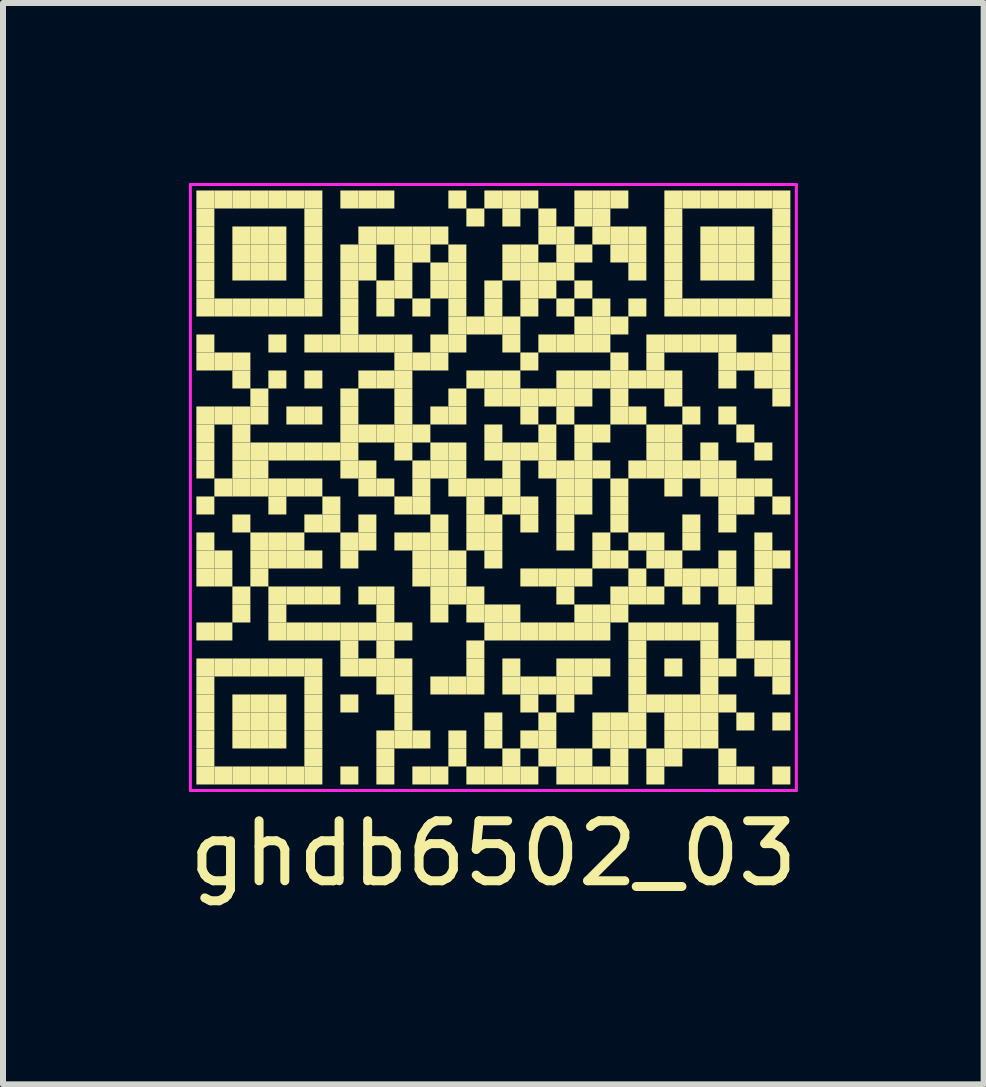
<source format=kicad_pcb>
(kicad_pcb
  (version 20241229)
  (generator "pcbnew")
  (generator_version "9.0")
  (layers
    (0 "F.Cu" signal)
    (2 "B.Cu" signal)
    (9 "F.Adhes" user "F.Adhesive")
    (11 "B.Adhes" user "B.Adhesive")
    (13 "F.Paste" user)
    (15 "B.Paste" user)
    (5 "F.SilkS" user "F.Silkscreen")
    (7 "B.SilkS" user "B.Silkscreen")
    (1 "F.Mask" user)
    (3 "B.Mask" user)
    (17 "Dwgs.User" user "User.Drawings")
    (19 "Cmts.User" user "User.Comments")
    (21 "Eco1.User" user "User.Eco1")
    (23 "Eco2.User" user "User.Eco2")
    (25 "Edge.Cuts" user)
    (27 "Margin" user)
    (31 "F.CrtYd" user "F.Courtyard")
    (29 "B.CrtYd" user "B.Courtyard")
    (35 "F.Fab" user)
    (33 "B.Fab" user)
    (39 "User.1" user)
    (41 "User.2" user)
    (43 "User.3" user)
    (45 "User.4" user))
  (footprint "ghdb6502_03"
    (layer "F.Cu")
    (at 5.173 5.075)
    (property "Reference" "ghdb6502_03" (at 0 6.1 0) (layer "F.SilkS") (effects (font (size 1 1) (thickness 0.15))))
    (attr through_hole)
    (fp_poly (pts (xy -4.65 -4.65) (xy -4.65 -4.95) (xy -4.95 -4.95) (xy -4.95 -4.65)) (stroke (width 0) (type solid)) (fill yes) (layer "F.SilkS"))
    (fp_poly (pts (xy -4.65 -4.35) (xy -4.65 -4.65) (xy -4.95 -4.65) (xy -4.95 -4.35)) (stroke (width 0) (type solid)) (fill yes) (layer "F.SilkS"))
    (fp_poly (pts (xy -4.65 -4.05) (xy -4.65 -4.35) (xy -4.95 -4.35) (xy -4.95 -4.05)) (stroke (width 0) (type solid)) (fill yes) (layer "F.SilkS"))
    (fp_poly (pts (xy -4.65 -3.75) (xy -4.65 -4.05) (xy -4.95 -4.05) (xy -4.95 -3.75)) (stroke (width 0) (type solid)) (fill yes) (layer "F.SilkS"))
    (fp_poly (pts (xy -4.65 -3.45) (xy -4.65 -3.75) (xy -4.95 -3.75) (xy -4.95 -3.45)) (stroke (width 0) (type solid)) (fill yes) (layer "F.SilkS"))
    (fp_poly (pts (xy -4.65 -3.15) (xy -4.65 -3.45) (xy -4.95 -3.45) (xy -4.95 -3.15)) (stroke (width 0) (type solid)) (fill yes) (layer "F.SilkS"))
    (fp_poly (pts (xy -4.65 -2.85) (xy -4.65 -3.15) (xy -4.95 -3.15) (xy -4.95 -2.85)) (stroke (width 0) (type solid)) (fill yes) (layer "F.SilkS"))
    (fp_poly (pts (xy -4.65 -2.25) (xy -4.65 -2.55) (xy -4.95 -2.55) (xy -4.95 -2.25)) (stroke (width 0) (type solid)) (fill yes) (layer "F.SilkS"))
    (fp_poly (pts (xy -4.65 -1.95) (xy -4.65 -2.25) (xy -4.95 -2.25) (xy -4.95 -1.95)) (stroke (width 0) (type solid)) (fill yes) (layer "F.SilkS"))
    (fp_poly (pts (xy -4.65 -1.05) (xy -4.65 -1.35) (xy -4.95 -1.35) (xy -4.95 -1.05)) (stroke (width 0) (type solid)) (fill yes) (layer "F.SilkS"))
    (fp_poly (pts (xy -4.65 -0.75) (xy -4.65 -1.05) (xy -4.95 -1.05) (xy -4.95 -0.75)) (stroke (width 0) (type solid)) (fill yes) (layer "F.SilkS"))
    (fp_poly (pts (xy -4.65 -0.45) (xy -4.65 -0.75) (xy -4.95 -0.75) (xy -4.95 -0.45)) (stroke (width 0) (type solid)) (fill yes) (layer "F.SilkS"))
    (fp_poly (pts (xy -4.65 -0.15) (xy -4.65 -0.45) (xy -4.95 -0.45) (xy -4.95 -0.15)) (stroke (width 0) (type solid)) (fill yes) (layer "F.SilkS"))
    (fp_poly (pts (xy -4.65 0.45) (xy -4.65 0.15) (xy -4.95 0.15) (xy -4.95 0.45)) (stroke (width 0) (type solid)) (fill yes) (layer "F.SilkS"))
    (fp_poly (pts (xy -4.65 1.05) (xy -4.65 0.75) (xy -4.95 0.75) (xy -4.95 1.05)) (stroke (width 0) (type solid)) (fill yes) (layer "F.SilkS"))
    (fp_poly (pts (xy -4.65 1.35) (xy -4.65 1.05) (xy -4.95 1.05) (xy -4.95 1.35)) (stroke (width 0) (type solid)) (fill yes) (layer "F.SilkS"))
    (fp_poly (pts (xy -4.65 1.65) (xy -4.65 1.35) (xy -4.95 1.35) (xy -4.95 1.65)) (stroke (width 0) (type solid)) (fill yes) (layer "F.SilkS"))
    (fp_poly (pts (xy -4.65 2.55) (xy -4.65 2.25) (xy -4.95 2.25) (xy -4.95 2.55)) (stroke (width 0) (type solid)) (fill yes) (layer "F.SilkS"))
    (fp_poly (pts (xy -4.65 3.15) (xy -4.65 2.85) (xy -4.95 2.85) (xy -4.95 3.15)) (stroke (width 0) (type solid)) (fill yes) (layer "F.SilkS"))
    (fp_poly (pts (xy -4.65 3.45) (xy -4.65 3.15) (xy -4.95 3.15) (xy -4.95 3.45)) (stroke (width 0) (type solid)) (fill yes) (layer "F.SilkS"))
    (fp_poly (pts (xy -4.65 3.75) (xy -4.65 3.45) (xy -4.95 3.45) (xy -4.95 3.75)) (stroke (width 0) (type solid)) (fill yes) (layer "F.SilkS"))
    (fp_poly (pts (xy -4.65 4.05) (xy -4.65 3.75) (xy -4.95 3.75) (xy -4.95 4.05)) (stroke (width 0) (type solid)) (fill yes) (layer "F.SilkS"))
    (fp_poly (pts (xy -4.65 4.35) (xy -4.65 4.05) (xy -4.95 4.05) (xy -4.95 4.35)) (stroke (width 0) (type solid)) (fill yes) (layer "F.SilkS"))
    (fp_poly (pts (xy -4.65 4.65) (xy -4.65 4.35) (xy -4.95 4.35) (xy -4.95 4.65)) (stroke (width 0) (type solid)) (fill yes) (layer "F.SilkS"))
    (fp_poly (pts (xy -4.65 4.95) (xy -4.65 4.65) (xy -4.95 4.65) (xy -4.95 4.95)) (stroke (width 0) (type solid)) (fill yes) (layer "F.SilkS"))
    (fp_poly (pts (xy -4.35 -4.65) (xy -4.35 -4.95) (xy -4.65 -4.95) (xy -4.65 -4.65)) (stroke (width 0) (type solid)) (fill yes) (layer "F.SilkS"))
    (fp_poly (pts (xy -4.35 -2.85) (xy -4.35 -3.15) (xy -4.65 -3.15) (xy -4.65 -2.85)) (stroke (width 0) (type solid)) (fill yes) (layer "F.SilkS"))
    (fp_poly (pts (xy -4.35 -1.95) (xy -4.35 -2.25) (xy -4.65 -2.25) (xy -4.65 -1.95)) (stroke (width 0) (type solid)) (fill yes) (layer "F.SilkS"))
    (fp_poly (pts (xy -4.35 -1.05) (xy -4.35 -1.35) (xy -4.65 -1.35) (xy -4.65 -1.05)) (stroke (width 0) (type solid)) (fill yes) (layer "F.SilkS"))
    (fp_poly (pts (xy -4.35 0.15) (xy -4.35 -0.15) (xy -4.65 -0.15) (xy -4.65 0.15)) (stroke (width 0) (type solid)) (fill yes) (layer "F.SilkS"))
    (fp_poly (pts (xy -4.35 1.35) (xy -4.35 1.05) (xy -4.65 1.05) (xy -4.65 1.35)) (stroke (width 0) (type solid)) (fill yes) (layer "F.SilkS"))
    (fp_poly (pts (xy -4.35 1.65) (xy -4.35 1.35) (xy -4.65 1.35) (xy -4.65 1.65)) (stroke (width 0) (type solid)) (fill yes) (layer "F.SilkS"))
    (fp_poly (pts (xy -4.35 2.55) (xy -4.35 2.25) (xy -4.65 2.25) (xy -4.65 2.55)) (stroke (width 0) (type solid)) (fill yes) (layer "F.SilkS"))
    (fp_poly (pts (xy -4.35 3.15) (xy -4.35 2.85) (xy -4.65 2.85) (xy -4.65 3.15)) (stroke (width 0) (type solid)) (fill yes) (layer "F.SilkS"))
    (fp_poly (pts (xy -4.35 4.95) (xy -4.35 4.65) (xy -4.65 4.65) (xy -4.65 4.95)) (stroke (width 0) (type solid)) (fill yes) (layer "F.SilkS"))
    (fp_poly (pts (xy -4.05 -4.65) (xy -4.05 -4.95) (xy -4.35 -4.95) (xy -4.35 -4.65)) (stroke (width 0) (type solid)) (fill yes) (layer "F.SilkS"))
    (fp_poly (pts (xy -4.05 -4.05) (xy -4.05 -4.35) (xy -4.35 -4.35) (xy -4.35 -4.05)) (stroke (width 0) (type solid)) (fill yes) (layer "F.SilkS"))
    (fp_poly (pts (xy -4.05 -3.75) (xy -4.05 -4.05) (xy -4.35 -4.05) (xy -4.35 -3.75)) (stroke (width 0) (type solid)) (fill yes) (layer "F.SilkS"))
    (fp_poly (pts (xy -4.05 -3.45) (xy -4.05 -3.75) (xy -4.35 -3.75) (xy -4.35 -3.45)) (stroke (width 0) (type solid)) (fill yes) (layer "F.SilkS"))
    (fp_poly (pts (xy -4.05 -2.85) (xy -4.05 -3.15) (xy -4.35 -3.15) (xy -4.35 -2.85)) (stroke (width 0) (type solid)) (fill yes) (layer "F.SilkS"))
    (fp_poly (pts (xy -4.05 -1.95) (xy -4.05 -2.25) (xy -4.35 -2.25) (xy -4.35 -1.95)) (stroke (width 0) (type solid)) (fill yes) (layer "F.SilkS"))
    (fp_poly (pts (xy -4.05 -1.65) (xy -4.05 -1.95) (xy -4.35 -1.95) (xy -4.35 -1.65)) (stroke (width 0) (type solid)) (fill yes) (layer "F.SilkS"))
    (fp_poly (pts (xy -4.05 -1.05) (xy -4.05 -1.35) (xy -4.35 -1.35) (xy -4.35 -1.05)) (stroke (width 0) (type solid)) (fill yes) (layer "F.SilkS"))
    (fp_poly (pts (xy -4.05 -0.75) (xy -4.05 -1.05) (xy -4.35 -1.05) (xy -4.35 -0.75)) (stroke (width 0) (type solid)) (fill yes) (layer "F.SilkS"))
    (fp_poly (pts (xy -4.05 -0.45) (xy -4.05 -0.75) (xy -4.35 -0.75) (xy -4.35 -0.45)) (stroke (width 0) (type solid)) (fill yes) (layer "F.SilkS"))
    (fp_poly (pts (xy -4.05 -0.15) (xy -4.05 -0.45) (xy -4.35 -0.45) (xy -4.35 -0.15)) (stroke (width 0) (type solid)) (fill yes) (layer "F.SilkS"))
    (fp_poly (pts (xy -4.05 0.15) (xy -4.05 -0.15) (xy -4.35 -0.15) (xy -4.35 0.15)) (stroke (width 0) (type solid)) (fill yes) (layer "F.SilkS"))
    (fp_poly (pts (xy -4.05 0.75) (xy -4.05 0.45) (xy -4.35 0.45) (xy -4.35 0.75)) (stroke (width 0) (type solid)) (fill yes) (layer "F.SilkS"))
    (fp_poly (pts (xy -4.05 1.95) (xy -4.05 1.65) (xy -4.35 1.65) (xy -4.35 1.95)) (stroke (width 0) (type solid)) (fill yes) (layer "F.SilkS"))
    (fp_poly (pts (xy -4.05 2.25) (xy -4.05 1.95) (xy -4.35 1.95) (xy -4.35 2.25)) (stroke (width 0) (type solid)) (fill yes) (layer "F.SilkS"))
    (fp_poly (pts (xy -4.05 3.15) (xy -4.05 2.85) (xy -4.35 2.85) (xy -4.35 3.15)) (stroke (width 0) (type solid)) (fill yes) (layer "F.SilkS"))
    (fp_poly (pts (xy -4.05 3.75) (xy -4.05 3.45) (xy -4.35 3.45) (xy -4.35 3.75)) (stroke (width 0) (type solid)) (fill yes) (layer "F.SilkS"))
    (fp_poly (pts (xy -4.05 4.05) (xy -4.05 3.75) (xy -4.35 3.75) (xy -4.35 4.05)) (stroke (width 0) (type solid)) (fill yes) (layer "F.SilkS"))
    (fp_poly (pts (xy -4.05 4.35) (xy -4.05 4.05) (xy -4.35 4.05) (xy -4.35 4.35)) (stroke (width 0) (type solid)) (fill yes) (layer "F.SilkS"))
    (fp_poly (pts (xy -4.05 4.95) (xy -4.05 4.65) (xy -4.35 4.65) (xy -4.35 4.95)) (stroke (width 0) (type solid)) (fill yes) (layer "F.SilkS"))
    (fp_poly (pts (xy -3.75 -4.65) (xy -3.75 -4.95) (xy -4.05 -4.95) (xy -4.05 -4.65)) (stroke (width 0) (type solid)) (fill yes) (layer "F.SilkS"))
    (fp_poly (pts (xy -3.75 -4.05) (xy -3.75 -4.35) (xy -4.05 -4.35) (xy -4.05 -4.05)) (stroke (width 0) (type solid)) (fill yes) (layer "F.SilkS"))
    (fp_poly (pts (xy -3.75 -3.75) (xy -3.75 -4.05) (xy -4.05 -4.05) (xy -4.05 -3.75)) (stroke (width 0) (type solid)) (fill yes) (layer "F.SilkS"))
    (fp_poly (pts (xy -3.75 -3.45) (xy -3.75 -3.75) (xy -4.05 -3.75) (xy -4.05 -3.45)) (stroke (width 0) (type solid)) (fill yes) (layer "F.SilkS"))
    (fp_poly (pts (xy -3.75 -2.85) (xy -3.75 -3.15) (xy -4.05 -3.15) (xy -4.05 -2.85)) (stroke (width 0) (type solid)) (fill yes) (layer "F.SilkS"))
    (fp_poly (pts (xy -3.75 -1.35) (xy -3.75 -1.65) (xy -4.05 -1.65) (xy -4.05 -1.35)) (stroke (width 0) (type solid)) (fill yes) (layer "F.SilkS"))
    (fp_poly (pts (xy -3.75 -1.05) (xy -3.75 -1.35) (xy -4.05 -1.35) (xy -4.05 -1.05)) (stroke (width 0) (type solid)) (fill yes) (layer "F.SilkS"))
    (fp_poly (pts (xy -3.75 -0.45) (xy -3.75 -0.75) (xy -4.05 -0.75) (xy -4.05 -0.45)) (stroke (width 0) (type solid)) (fill yes) (layer "F.SilkS"))
    (fp_poly (pts (xy -3.75 -0.15) (xy -3.75 -0.45) (xy -4.05 -0.45) (xy -4.05 -0.15)) (stroke (width 0) (type solid)) (fill yes) (layer "F.SilkS"))
    (fp_poly (pts (xy -3.75 0.15) (xy -3.75 -0.15) (xy -4.05 -0.15) (xy -4.05 0.15)) (stroke (width 0) (type solid)) (fill yes) (layer "F.SilkS"))
    (fp_poly (pts (xy -3.75 1.05) (xy -3.75 0.75) (xy -4.05 0.75) (xy -4.05 1.05)) (stroke (width 0) (type solid)) (fill yes) (layer "F.SilkS"))
    (fp_poly (pts (xy -3.75 1.35) (xy -3.75 1.05) (xy -4.05 1.05) (xy -4.05 1.35)) (stroke (width 0) (type solid)) (fill yes) (layer "F.SilkS"))
    (fp_poly (pts (xy -3.75 1.65) (xy -3.75 1.35) (xy -4.05 1.35) (xy -4.05 1.65)) (stroke (width 0) (type solid)) (fill yes) (layer "F.SilkS"))
    (fp_poly (pts (xy -3.75 3.15) (xy -3.75 2.85) (xy -4.05 2.85) (xy -4.05 3.15)) (stroke (width 0) (type solid)) (fill yes) (layer "F.SilkS"))
    (fp_poly (pts (xy -3.75 3.75) (xy -3.75 3.45) (xy -4.05 3.45) (xy -4.05 3.75)) (stroke (width 0) (type solid)) (fill yes) (layer "F.SilkS"))
    (fp_poly (pts (xy -3.75 4.05) (xy -3.75 3.75) (xy -4.05 3.75) (xy -4.05 4.05)) (stroke (width 0) (type solid)) (fill yes) (layer "F.SilkS"))
    (fp_poly (pts (xy -3.75 4.35) (xy -3.75 4.05) (xy -4.05 4.05) (xy -4.05 4.35)) (stroke (width 0) (type solid)) (fill yes) (layer "F.SilkS"))
    (fp_poly (pts (xy -3.75 4.95) (xy -3.75 4.65) (xy -4.05 4.65) (xy -4.05 4.95)) (stroke (width 0) (type solid)) (fill yes) (layer "F.SilkS"))
    (fp_poly (pts (xy -3.45 -4.65) (xy -3.45 -4.95) (xy -3.75 -4.95) (xy -3.75 -4.65)) (stroke (width 0) (type solid)) (fill yes) (layer "F.SilkS"))
    (fp_poly (pts (xy -3.45 -4.05) (xy -3.45 -4.35) (xy -3.75 -4.35) (xy -3.75 -4.05)) (stroke (width 0) (type solid)) (fill yes) (layer "F.SilkS"))
    (fp_poly (pts (xy -3.45 -3.75) (xy -3.45 -4.05) (xy -3.75 -4.05) (xy -3.75 -3.75)) (stroke (width 0) (type solid)) (fill yes) (layer "F.SilkS"))
    (fp_poly (pts (xy -3.45 -3.45) (xy -3.45 -3.75) (xy -3.75 -3.75) (xy -3.75 -3.45)) (stroke (width 0) (type solid)) (fill yes) (layer "F.SilkS"))
    (fp_poly (pts (xy -3.45 -2.85) (xy -3.45 -3.15) (xy -3.75 -3.15) (xy -3.75 -2.85)) (stroke (width 0) (type solid)) (fill yes) (layer "F.SilkS"))
    (fp_poly (pts (xy -3.45 -2.25) (xy -3.45 -2.55) (xy -3.75 -2.55) (xy -3.75 -2.25)) (stroke (width 0) (type solid)) (fill yes) (layer "F.SilkS"))
    (fp_poly (pts (xy -3.45 -1.65) (xy -3.45 -1.95) (xy -3.75 -1.95) (xy -3.75 -1.65)) (stroke (width 0) (type solid)) (fill yes) (layer "F.SilkS"))
    (fp_poly (pts (xy -3.45 -0.45) (xy -3.45 -0.75) (xy -3.75 -0.75) (xy -3.75 -0.45)) (stroke (width 0) (type solid)) (fill yes) (layer "F.SilkS"))
    (fp_poly (pts (xy -3.45 0.15) (xy -3.45 -0.15) (xy -3.75 -0.15) (xy -3.75 0.15)) (stroke (width 0) (type solid)) (fill yes) (layer "F.SilkS"))
    (fp_poly (pts (xy -3.45 0.45) (xy -3.45 0.15) (xy -3.75 0.15) (xy -3.75 0.45)) (stroke (width 0) (type solid)) (fill yes) (layer "F.SilkS"))
    (fp_poly (pts (xy -3.45 1.05) (xy -3.45 0.75) (xy -3.75 0.75) (xy -3.75 1.05)) (stroke (width 0) (type solid)) (fill yes) (layer "F.SilkS"))
    (fp_poly (pts (xy -3.45 1.35) (xy -3.45 1.05) (xy -3.75 1.05) (xy -3.75 1.35)) (stroke (width 0) (type solid)) (fill yes) (layer "F.SilkS"))
    (fp_poly (pts (xy -3.45 1.95) (xy -3.45 1.65) (xy -3.75 1.65) (xy -3.75 1.95)) (stroke (width 0) (type solid)) (fill yes) (layer "F.SilkS"))
    (fp_poly (pts (xy -3.45 2.25) (xy -3.45 1.95) (xy -3.75 1.95) (xy -3.75 2.25)) (stroke (width 0) (type solid)) (fill yes) (layer "F.SilkS"))
    (fp_poly (pts (xy -3.45 2.55) (xy -3.45 2.25) (xy -3.75 2.25) (xy -3.75 2.55)) (stroke (width 0) (type solid)) (fill yes) (layer "F.SilkS"))
    (fp_poly (pts (xy -3.45 3.15) (xy -3.45 2.85) (xy -3.75 2.85) (xy -3.75 3.15)) (stroke (width 0) (type solid)) (fill yes) (layer "F.SilkS"))
    (fp_poly (pts (xy -3.45 3.75) (xy -3.45 3.45) (xy -3.75 3.45) (xy -3.75 3.75)) (stroke (width 0) (type solid)) (fill yes) (layer "F.SilkS"))
    (fp_poly (pts (xy -3.45 4.05) (xy -3.45 3.75) (xy -3.75 3.75) (xy -3.75 4.05)) (stroke (width 0) (type solid)) (fill yes) (layer "F.SilkS"))
    (fp_poly (pts (xy -3.45 4.35) (xy -3.45 4.05) (xy -3.75 4.05) (xy -3.75 4.35)) (stroke (width 0) (type solid)) (fill yes) (layer "F.SilkS"))
    (fp_poly (pts (xy -3.45 4.95) (xy -3.45 4.65) (xy -3.75 4.65) (xy -3.75 4.95)) (stroke (width 0) (type solid)) (fill yes) (layer "F.SilkS"))
    (fp_poly (pts (xy -3.15 -4.65) (xy -3.15 -4.95) (xy -3.45 -4.95) (xy -3.45 -4.65)) (stroke (width 0) (type solid)) (fill yes) (layer "F.SilkS"))
    (fp_poly (pts (xy -3.15 -2.85) (xy -3.15 -3.15) (xy -3.45 -3.15) (xy -3.45 -2.85)) (stroke (width 0) (type solid)) (fill yes) (layer "F.SilkS"))
    (fp_poly (pts (xy -3.15 -1.05) (xy -3.15 -1.35) (xy -3.45 -1.35) (xy -3.45 -1.05)) (stroke (width 0) (type solid)) (fill yes) (layer "F.SilkS"))
    (fp_poly (pts (xy -3.15 -0.45) (xy -3.15 -0.75) (xy -3.45 -0.75) (xy -3.45 -0.45)) (stroke (width 0) (type solid)) (fill yes) (layer "F.SilkS"))
    (fp_poly (pts (xy -3.15 0.15) (xy -3.15 -0.15) (xy -3.45 -0.15) (xy -3.45 0.15)) (stroke (width 0) (type solid)) (fill yes) (layer "F.SilkS"))
    (fp_poly (pts (xy -3.15 1.05) (xy -3.15 0.75) (xy -3.45 0.75) (xy -3.45 1.05)) (stroke (width 0) (type solid)) (fill yes) (layer "F.SilkS"))
    (fp_poly (pts (xy -3.15 1.35) (xy -3.15 1.05) (xy -3.45 1.05) (xy -3.45 1.35)) (stroke (width 0) (type solid)) (fill yes) (layer "F.SilkS"))
    (fp_poly (pts (xy -3.15 1.95) (xy -3.15 1.65) (xy -3.45 1.65) (xy -3.45 1.95)) (stroke (width 0) (type solid)) (fill yes) (layer "F.SilkS"))
    (fp_poly (pts (xy -3.15 2.55) (xy -3.15 2.25) (xy -3.45 2.25) (xy -3.45 2.55)) (stroke (width 0) (type solid)) (fill yes) (layer "F.SilkS"))
    (fp_poly (pts (xy -3.15 3.15) (xy -3.15 2.85) (xy -3.45 2.85) (xy -3.45 3.15)) (stroke (width 0) (type solid)) (fill yes) (layer "F.SilkS"))
    (fp_poly (pts (xy -3.15 4.95) (xy -3.15 4.65) (xy -3.45 4.65) (xy -3.45 4.95)) (stroke (width 0) (type solid)) (fill yes) (layer "F.SilkS"))
    (fp_poly (pts (xy -2.85 -4.65) (xy -2.85 -4.95) (xy -3.15 -4.95) (xy -3.15 -4.65)) (stroke (width 0) (type solid)) (fill yes) (layer "F.SilkS"))
    (fp_poly (pts (xy -2.85 -4.35) (xy -2.85 -4.65) (xy -3.15 -4.65) (xy -3.15 -4.35)) (stroke (width 0) (type solid)) (fill yes) (layer "F.SilkS"))
    (fp_poly (pts (xy -2.85 -4.05) (xy -2.85 -4.35) (xy -3.15 -4.35) (xy -3.15 -4.05)) (stroke (width 0) (type solid)) (fill yes) (layer "F.SilkS"))
    (fp_poly (pts (xy -2.85 -3.75) (xy -2.85 -4.05) (xy -3.15 -4.05) (xy -3.15 -3.75)) (stroke (width 0) (type solid)) (fill yes) (layer "F.SilkS"))
    (fp_poly (pts (xy -2.85 -3.45) (xy -2.85 -3.75) (xy -3.15 -3.75) (xy -3.15 -3.45)) (stroke (width 0) (type solid)) (fill yes) (layer "F.SilkS"))
    (fp_poly (pts (xy -2.85 -3.15) (xy -2.85 -3.45) (xy -3.15 -3.45) (xy -3.15 -3.15)) (stroke (width 0) (type solid)) (fill yes) (layer "F.SilkS"))
    (fp_poly (pts (xy -2.85 -2.85) (xy -2.85 -3.15) (xy -3.15 -3.15) (xy -3.15 -2.85)) (stroke (width 0) (type solid)) (fill yes) (layer "F.SilkS"))
    (fp_poly (pts (xy -2.85 -2.25) (xy -2.85 -2.55) (xy -3.15 -2.55) (xy -3.15 -2.25)) (stroke (width 0) (type solid)) (fill yes) (layer "F.SilkS"))
    (fp_poly (pts (xy -2.85 -1.65) (xy -2.85 -1.95) (xy -3.15 -1.95) (xy -3.15 -1.65)) (stroke (width 0) (type solid)) (fill yes) (layer "F.SilkS"))
    (fp_poly (pts (xy -2.85 -1.05) (xy -2.85 -1.35) (xy -3.15 -1.35) (xy -3.15 -1.05)) (stroke (width 0) (type solid)) (fill yes) (layer "F.SilkS"))
    (fp_poly (pts (xy -2.85 -0.45) (xy -2.85 -0.75) (xy -3.15 -0.75) (xy -3.15 -0.45)) (stroke (width 0) (type solid)) (fill yes) (layer "F.SilkS"))
    (fp_poly (pts (xy -2.85 0.15) (xy -2.85 -0.15) (xy -3.15 -0.15) (xy -3.15 0.15)) (stroke (width 0) (type solid)) (fill yes) (layer "F.SilkS"))
    (fp_poly (pts (xy -2.85 0.75) (xy -2.85 0.45) (xy -3.15 0.45) (xy -3.15 0.75)) (stroke (width 0) (type solid)) (fill yes) (layer "F.SilkS"))
    (fp_poly (pts (xy -2.85 1.35) (xy -2.85 1.05) (xy -3.15 1.05) (xy -3.15 1.35)) (stroke (width 0) (type solid)) (fill yes) (layer "F.SilkS"))
    (fp_poly (pts (xy -2.85 1.95) (xy -2.85 1.65) (xy -3.15 1.65) (xy -3.15 1.95)) (stroke (width 0) (type solid)) (fill yes) (layer "F.SilkS"))
    (fp_poly (pts (xy -2.85 2.55) (xy -2.85 2.25) (xy -3.15 2.25) (xy -3.15 2.55)) (stroke (width 0) (type solid)) (fill yes) (layer "F.SilkS"))
    (fp_poly (pts (xy -2.85 3.15) (xy -2.85 2.85) (xy -3.15 2.85) (xy -3.15 3.15)) (stroke (width 0) (type solid)) (fill yes) (layer "F.SilkS"))
    (fp_poly (pts (xy -2.85 3.45) (xy -2.85 3.15) (xy -3.15 3.15) (xy -3.15 3.45)) (stroke (width 0) (type solid)) (fill yes) (layer "F.SilkS"))
    (fp_poly (pts (xy -2.85 3.75) (xy -2.85 3.45) (xy -3.15 3.45) (xy -3.15 3.75)) (stroke (width 0) (type solid)) (fill yes) (layer "F.SilkS"))
    (fp_poly (pts (xy -2.85 4.05) (xy -2.85 3.75) (xy -3.15 3.75) (xy -3.15 4.05)) (stroke (width 0) (type solid)) (fill yes) (layer "F.SilkS"))
    (fp_poly (pts (xy -2.85 4.35) (xy -2.85 4.05) (xy -3.15 4.05) (xy -3.15 4.35)) (stroke (width 0) (type solid)) (fill yes) (layer "F.SilkS"))
    (fp_poly (pts (xy -2.85 4.65) (xy -2.85 4.35) (xy -3.15 4.35) (xy -3.15 4.65)) (stroke (width 0) (type solid)) (fill yes) (layer "F.SilkS"))
    (fp_poly (pts (xy -2.85 4.95) (xy -2.85 4.65) (xy -3.15 4.65) (xy -3.15 4.95)) (stroke (width 0) (type solid)) (fill yes) (layer "F.SilkS"))
    (fp_poly (pts (xy -2.55 -2.25) (xy -2.55 -2.55) (xy -2.85 -2.55) (xy -2.85 -2.25)) (stroke (width 0) (type solid)) (fill yes) (layer "F.SilkS"))
    (fp_poly (pts (xy -2.55 -0.45) (xy -2.55 -0.75) (xy -2.85 -0.75) (xy -2.85 -0.45)) (stroke (width 0) (type solid)) (fill yes) (layer "F.SilkS"))
    (fp_poly (pts (xy -2.55 0.45) (xy -2.55 0.15) (xy -2.85 0.15) (xy -2.85 0.45)) (stroke (width 0) (type solid)) (fill yes) (layer "F.SilkS"))
    (fp_poly (pts (xy -2.55 0.75) (xy -2.55 0.45) (xy -2.85 0.45) (xy -2.85 0.75)) (stroke (width 0) (type solid)) (fill yes) (layer "F.SilkS"))
    (fp_poly (pts (xy -2.55 1.95) (xy -2.55 1.65) (xy -2.85 1.65) (xy -2.85 1.95)) (stroke (width 0) (type solid)) (fill yes) (layer "F.SilkS"))
    (fp_poly (pts (xy -2.55 2.55) (xy -2.55 2.25) (xy -2.85 2.25) (xy -2.85 2.55)) (stroke (width 0) (type solid)) (fill yes) (layer "F.SilkS"))
    (fp_poly (pts (xy -2.25 -4.65) (xy -2.25 -4.95) (xy -2.55 -4.95) (xy -2.55 -4.65)) (stroke (width 0) (type solid)) (fill yes) (layer "F.SilkS"))
    (fp_poly (pts (xy -2.25 -3.75) (xy -2.25 -4.05) (xy -2.55 -4.05) (xy -2.55 -3.75)) (stroke (width 0) (type solid)) (fill yes) (layer "F.SilkS"))
    (fp_poly (pts (xy -2.25 -3.45) (xy -2.25 -3.75) (xy -2.55 -3.75) (xy -2.55 -3.45)) (stroke (width 0) (type solid)) (fill yes) (layer "F.SilkS"))
    (fp_poly (pts (xy -2.25 -3.15) (xy -2.25 -3.45) (xy -2.55 -3.45) (xy -2.55 -3.15)) (stroke (width 0) (type solid)) (fill yes) (layer "F.SilkS"))
    (fp_poly (pts (xy -2.25 -2.85) (xy -2.25 -3.15) (xy -2.55 -3.15) (xy -2.55 -2.85)) (stroke (width 0) (type solid)) (fill yes) (layer "F.SilkS"))
    (fp_poly (pts (xy -2.25 -2.55) (xy -2.25 -2.85) (xy -2.55 -2.85) (xy -2.55 -2.55)) (stroke (width 0) (type solid)) (fill yes) (layer "F.SilkS"))
    (fp_poly (pts (xy -2.25 -2.25) (xy -2.25 -2.55) (xy -2.55 -2.55) (xy -2.55 -2.25)) (stroke (width 0) (type solid)) (fill yes) (layer "F.SilkS"))
    (fp_poly (pts (xy -2.25 -1.35) (xy -2.25 -1.65) (xy -2.55 -1.65) (xy -2.55 -1.35)) (stroke (width 0) (type solid)) (fill yes) (layer "F.SilkS"))
    (fp_poly (pts (xy -2.25 -1.05) (xy -2.25 -1.35) (xy -2.55 -1.35) (xy -2.55 -1.05)) (stroke (width 0) (type solid)) (fill yes) (layer "F.SilkS"))
    (fp_poly (pts (xy -2.25 -0.75) (xy -2.25 -1.05) (xy -2.55 -1.05) (xy -2.55 -0.75)) (stroke (width 0) (type solid)) (fill yes) (layer "F.SilkS"))
    (fp_poly (pts (xy -2.25 -0.45) (xy -2.25 -0.75) (xy -2.55 -0.75) (xy -2.55 -0.45)) (stroke (width 0) (type solid)) (fill yes) (layer "F.SilkS"))
    (fp_poly (pts (xy -2.25 -0.15) (xy -2.25 -0.45) (xy -2.55 -0.45) (xy -2.55 -0.15)) (stroke (width 0) (type solid)) (fill yes) (layer "F.SilkS"))
    (fp_poly (pts (xy -2.25 1.05) (xy -2.25 0.75) (xy -2.55 0.75) (xy -2.55 1.05)) (stroke (width 0) (type solid)) (fill yes) (layer "F.SilkS"))
    (fp_poly (pts (xy -2.25 1.35) (xy -2.25 1.05) (xy -2.55 1.05) (xy -2.55 1.35)) (stroke (width 0) (type solid)) (fill yes) (layer "F.SilkS"))
    (fp_poly (pts (xy -2.25 2.55) (xy -2.25 2.25) (xy -2.55 2.25) (xy -2.55 2.55)) (stroke (width 0) (type solid)) (fill yes) (layer "F.SilkS"))
    (fp_poly (pts (xy -2.25 2.85) (xy -2.25 2.55) (xy -2.55 2.55) (xy -2.55 2.85)) (stroke (width 0) (type solid)) (fill yes) (layer "F.SilkS"))
    (fp_poly (pts (xy -2.25 3.15) (xy -2.25 2.85) (xy -2.55 2.85) (xy -2.55 3.15)) (stroke (width 0) (type solid)) (fill yes) (layer "F.SilkS"))
    (fp_poly (pts (xy -2.25 3.75) (xy -2.25 3.45) (xy -2.55 3.45) (xy -2.55 3.75)) (stroke (width 0) (type solid)) (fill yes) (layer "F.SilkS"))
    (fp_poly (pts (xy -2.25 4.95) (xy -2.25 4.65) (xy -2.55 4.65) (xy -2.55 4.95)) (stroke (width 0) (type solid)) (fill yes) (layer "F.SilkS"))
    (fp_poly (pts (xy -1.95 -4.65) (xy -1.95 -4.95) (xy -2.25 -4.95) (xy -2.25 -4.65)) (stroke (width 0) (type solid)) (fill yes) (layer "F.SilkS"))
    (fp_poly (pts (xy -1.95 -4.05) (xy -1.95 -4.35) (xy -2.25 -4.35) (xy -2.25 -4.05)) (stroke (width 0) (type solid)) (fill yes) (layer "F.SilkS"))
    (fp_poly (pts (xy -1.95 -3.75) (xy -1.95 -4.05) (xy -2.25 -4.05) (xy -2.25 -3.75)) (stroke (width 0) (type solid)) (fill yes) (layer "F.SilkS"))
    (fp_poly (pts (xy -1.95 -3.45) (xy -1.95 -3.75) (xy -2.25 -3.75) (xy -2.25 -3.45)) (stroke (width 0) (type solid)) (fill yes) (layer "F.SilkS"))
    (fp_poly (pts (xy -1.95 -2.25) (xy -1.95 -2.55) (xy -2.25 -2.55) (xy -2.25 -2.25)) (stroke (width 0) (type solid)) (fill yes) (layer "F.SilkS"))
    (fp_poly (pts (xy -1.95 -1.65) (xy -1.95 -1.95) (xy -2.25 -1.95) (xy -2.25 -1.65)) (stroke (width 0) (type solid)) (fill yes) (layer "F.SilkS"))
    (fp_poly (pts (xy -1.95 -0.75) (xy -1.95 -1.05) (xy -2.25 -1.05) (xy -2.25 -0.75)) (stroke (width 0) (type solid)) (fill yes) (layer "F.SilkS"))
    (fp_poly (pts (xy -1.95 -0.15) (xy -1.95 -0.45) (xy -2.25 -0.45) (xy -2.25 -0.15)) (stroke (width 0) (type solid)) (fill yes) (layer "F.SilkS"))
    (fp_poly (pts (xy -1.95 0.15) (xy -1.95 -0.15) (xy -2.25 -0.15) (xy -2.25 0.15)) (stroke (width 0) (type solid)) (fill yes) (layer "F.SilkS"))
    (fp_poly (pts (xy -1.95 0.75) (xy -1.95 0.45) (xy -2.25 0.45) (xy -2.25 0.75)) (stroke (width 0) (type solid)) (fill yes) (layer "F.SilkS"))
    (fp_poly (pts (xy -1.95 1.05) (xy -1.95 0.75) (xy -2.25 0.75) (xy -2.25 1.05)) (stroke (width 0) (type solid)) (fill yes) (layer "F.SilkS"))
    (fp_poly (pts (xy -1.95 1.95) (xy -1.95 1.65) (xy -2.25 1.65) (xy -2.25 1.95)) (stroke (width 0) (type solid)) (fill yes) (layer "F.SilkS"))
    (fp_poly (pts (xy -1.95 2.55) (xy -1.95 2.25) (xy -2.25 2.25) (xy -2.25 2.55)) (stroke (width 0) (type solid)) (fill yes) (layer "F.SilkS"))
    (fp_poly (pts (xy -1.95 3.15) (xy -1.95 2.85) (xy -2.25 2.85) (xy -2.25 3.15)) (stroke (width 0) (type solid)) (fill yes) (layer "F.SilkS"))
    (fp_poly (pts (xy -1.65 -4.65) (xy -1.65 -4.95) (xy -1.95 -4.95) (xy -1.95 -4.65)) (stroke (width 0) (type solid)) (fill yes) (layer "F.SilkS"))
    (fp_poly (pts (xy -1.65 -4.05) (xy -1.65 -4.35) (xy -1.95 -4.35) (xy -1.95 -4.05)) (stroke (width 0) (type solid)) (fill yes) (layer "F.SilkS"))
    (fp_poly (pts (xy -1.65 -3.15) (xy -1.65 -3.45) (xy -1.95 -3.45) (xy -1.95 -3.15)) (stroke (width 0) (type solid)) (fill yes) (layer "F.SilkS"))
    (fp_poly (pts (xy -1.65 -2.85) (xy -1.65 -3.15) (xy -1.95 -3.15) (xy -1.95 -2.85)) (stroke (width 0) (type solid)) (fill yes) (layer "F.SilkS"))
    (fp_poly (pts (xy -1.65 -2.25) (xy -1.65 -2.55) (xy -1.95 -2.55) (xy -1.95 -2.25)) (stroke (width 0) (type solid)) (fill yes) (layer "F.SilkS"))
    (fp_poly (pts (xy -1.65 -1.65) (xy -1.65 -1.95) (xy -1.95 -1.95) (xy -1.95 -1.65)) (stroke (width 0) (type solid)) (fill yes) (layer "F.SilkS"))
    (fp_poly (pts (xy -1.65 -0.75) (xy -1.65 -1.05) (xy -1.95 -1.05) (xy -1.95 -0.75)) (stroke (width 0) (type solid)) (fill yes) (layer "F.SilkS"))
    (fp_poly (pts (xy -1.65 0.15) (xy -1.65 -0.15) (xy -1.95 -0.15) (xy -1.95 0.15)) (stroke (width 0) (type solid)) (fill yes) (layer "F.SilkS"))
    (fp_poly (pts (xy -1.65 1.95) (xy -1.65 1.65) (xy -1.95 1.65) (xy -1.95 1.95)) (stroke (width 0) (type solid)) (fill yes) (layer "F.SilkS"))
    (fp_poly (pts (xy -1.65 2.25) (xy -1.65 1.95) (xy -1.95 1.95) (xy -1.95 2.25)) (stroke (width 0) (type solid)) (fill yes) (layer "F.SilkS"))
    (fp_poly (pts (xy -1.65 2.55) (xy -1.65 2.25) (xy -1.95 2.25) (xy -1.95 2.55)) (stroke (width 0) (type solid)) (fill yes) (layer "F.SilkS"))
    (fp_poly (pts (xy -1.65 2.85) (xy -1.65 2.55) (xy -1.95 2.55) (xy -1.95 2.85)) (stroke (width 0) (type solid)) (fill yes) (layer "F.SilkS"))
    (fp_poly (pts (xy -1.65 3.15) (xy -1.65 2.85) (xy -1.95 2.85) (xy -1.95 3.15)) (stroke (width 0) (type solid)) (fill yes) (layer "F.SilkS"))
    (fp_poly (pts (xy -1.65 3.45) (xy -1.65 3.15) (xy -1.95 3.15) (xy -1.95 3.45)) (stroke (width 0) (type solid)) (fill yes) (layer "F.SilkS"))
    (fp_poly (pts (xy -1.65 4.35) (xy -1.65 4.05) (xy -1.95 4.05) (xy -1.95 4.35)) (stroke (width 0) (type solid)) (fill yes) (layer "F.SilkS"))
    (fp_poly (pts (xy -1.65 4.65) (xy -1.65 4.35) (xy -1.95 4.35) (xy -1.95 4.65)) (stroke (width 0) (type solid)) (fill yes) (layer "F.SilkS"))
    (fp_poly (pts (xy -1.65 4.95) (xy -1.65 4.65) (xy -1.95 4.65) (xy -1.95 4.95)) (stroke (width 0) (type solid)) (fill yes) (layer "F.SilkS"))
    (fp_poly (pts (xy -1.35 -4.05) (xy -1.35 -4.35) (xy -1.65 -4.35) (xy -1.65 -4.05)) (stroke (width 0) (type solid)) (fill yes) (layer "F.SilkS"))
    (fp_poly (pts (xy -1.35 -3.75) (xy -1.35 -4.05) (xy -1.65 -4.05) (xy -1.65 -3.75)) (stroke (width 0) (type solid)) (fill yes) (layer "F.SilkS"))
    (fp_poly (pts (xy -1.35 -3.45) (xy -1.35 -3.75) (xy -1.65 -3.75) (xy -1.65 -3.45)) (stroke (width 0) (type solid)) (fill yes) (layer "F.SilkS"))
    (fp_poly (pts (xy -1.35 -3.15) (xy -1.35 -3.45) (xy -1.65 -3.45) (xy -1.65 -3.15)) (stroke (width 0) (type solid)) (fill yes) (layer "F.SilkS"))
    (fp_poly (pts (xy -1.35 -2.25) (xy -1.35 -2.55) (xy -1.65 -2.55) (xy -1.65 -2.25)) (stroke (width 0) (type solid)) (fill yes) (layer "F.SilkS"))
    (fp_poly (pts (xy -1.35 -1.95) (xy -1.35 -2.25) (xy -1.65 -2.25) (xy -1.65 -1.95)) (stroke (width 0) (type solid)) (fill yes) (layer "F.SilkS"))
    (fp_poly (pts (xy -1.35 -1.65) (xy -1.35 -1.95) (xy -1.65 -1.95) (xy -1.65 -1.65)) (stroke (width 0) (type solid)) (fill yes) (layer "F.SilkS"))
    (fp_poly (pts (xy -1.35 -1.35) (xy -1.35 -1.65) (xy -1.65 -1.65) (xy -1.65 -1.35)) (stroke (width 0) (type solid)) (fill yes) (layer "F.SilkS"))
    (fp_poly (pts (xy -1.35 -1.05) (xy -1.35 -1.35) (xy -1.65 -1.35) (xy -1.65 -1.05)) (stroke (width 0) (type solid)) (fill yes) (layer "F.SilkS"))
    (fp_poly (pts (xy -1.35 -0.75) (xy -1.35 -1.05) (xy -1.65 -1.05) (xy -1.65 -0.75)) (stroke (width 0) (type solid)) (fill yes) (layer "F.SilkS"))
    (fp_poly (pts (xy -1.35 -0.45) (xy -1.35 -0.75) (xy -1.65 -0.75) (xy -1.65 -0.45)) (stroke (width 0) (type solid)) (fill yes) (layer "F.SilkS"))
    (fp_poly (pts (xy -1.35 0.45) (xy -1.35 0.15) (xy -1.65 0.15) (xy -1.65 0.45)) (stroke (width 0) (type solid)) (fill yes) (layer "F.SilkS"))
    (fp_poly (pts (xy -1.35 1.05) (xy -1.35 0.75) (xy -1.65 0.75) (xy -1.65 1.05)) (stroke (width 0) (type solid)) (fill yes) (layer "F.SilkS"))
    (fp_poly (pts (xy -1.35 2.55) (xy -1.35 2.25) (xy -1.65 2.25) (xy -1.65 2.55)) (stroke (width 0) (type solid)) (fill yes) (layer "F.SilkS"))
    (fp_poly (pts (xy -1.35 3.15) (xy -1.35 2.85) (xy -1.65 2.85) (xy -1.65 3.15)) (stroke (width 0) (type solid)) (fill yes) (layer "F.SilkS"))
    (fp_poly (pts (xy -1.35 3.45) (xy -1.35 3.15) (xy -1.65 3.15) (xy -1.65 3.45)) (stroke (width 0) (type solid)) (fill yes) (layer "F.SilkS"))
    (fp_poly (pts (xy -1.35 3.75) (xy -1.35 3.45) (xy -1.65 3.45) (xy -1.65 3.75)) (stroke (width 0) (type solid)) (fill yes) (layer "F.SilkS"))
    (fp_poly (pts (xy -1.35 4.05) (xy -1.35 3.75) (xy -1.65 3.75) (xy -1.65 4.05)) (stroke (width 0) (type solid)) (fill yes) (layer "F.SilkS"))
    (fp_poly (pts (xy -1.35 4.35) (xy -1.35 4.05) (xy -1.65 4.05) (xy -1.65 4.35)) (stroke (width 0) (type solid)) (fill yes) (layer "F.SilkS"))
    (fp_poly (pts (xy -1.05 -4.05) (xy -1.05 -4.35) (xy -1.35 -4.35) (xy -1.35 -4.05)) (stroke (width 0) (type solid)) (fill yes) (layer "F.SilkS"))
    (fp_poly (pts (xy -1.05 -3.75) (xy -1.05 -4.05) (xy -1.35 -4.05) (xy -1.35 -3.75)) (stroke (width 0) (type solid)) (fill yes) (layer "F.SilkS"))
    (fp_poly (pts (xy -1.05 -2.85) (xy -1.05 -3.15) (xy -1.35 -3.15) (xy -1.35 -2.85)) (stroke (width 0) (type solid)) (fill yes) (layer "F.SilkS"))
    (fp_poly (pts (xy -1.05 -1.95) (xy -1.05 -2.25) (xy -1.35 -2.25) (xy -1.35 -1.95)) (stroke (width 0) (type solid)) (fill yes) (layer "F.SilkS"))
    (fp_poly (pts (xy -1.05 -0.75) (xy -1.05 -1.05) (xy -1.35 -1.05) (xy -1.35 -0.75)) (stroke (width 0) (type solid)) (fill yes) (layer "F.SilkS"))
    (fp_poly (pts (xy -1.05 -0.15) (xy -1.05 -0.45) (xy -1.35 -0.45) (xy -1.35 -0.15)) (stroke (width 0) (type solid)) (fill yes) (layer "F.SilkS"))
    (fp_poly (pts (xy -1.05 0.15) (xy -1.05 -0.15) (xy -1.35 -0.15) (xy -1.35 0.15)) (stroke (width 0) (type solid)) (fill yes) (layer "F.SilkS"))
    (fp_poly (pts (xy -1.05 0.45) (xy -1.05 0.15) (xy -1.35 0.15) (xy -1.35 0.45)) (stroke (width 0) (type solid)) (fill yes) (layer "F.SilkS"))
    (fp_poly (pts (xy -1.05 1.05) (xy -1.05 0.75) (xy -1.35 0.75) (xy -1.35 1.05)) (stroke (width 0) (type solid)) (fill yes) (layer "F.SilkS"))
    (fp_poly (pts (xy -1.05 1.35) (xy -1.05 1.05) (xy -1.35 1.05) (xy -1.35 1.35)) (stroke (width 0) (type solid)) (fill yes) (layer "F.SilkS"))
    (fp_poly (pts (xy -1.05 1.65) (xy -1.05 1.35) (xy -1.35 1.35) (xy -1.35 1.65)) (stroke (width 0) (type solid)) (fill yes) (layer "F.SilkS"))
    (fp_poly (pts (xy -1.05 4.35) (xy -1.05 4.05) (xy -1.35 4.05) (xy -1.35 4.35)) (stroke (width 0) (type solid)) (fill yes) (layer "F.SilkS"))
    (fp_poly (pts (xy -1.05 4.95) (xy -1.05 4.65) (xy -1.35 4.65) (xy -1.35 4.95)) (stroke (width 0) (type solid)) (fill yes) (layer "F.SilkS"))
    (fp_poly (pts (xy -0.75 -4.05) (xy -0.75 -4.35) (xy -1.05 -4.35) (xy -1.05 -4.05)) (stroke (width 0) (type solid)) (fill yes) (layer "F.SilkS"))
    (fp_poly (pts (xy -0.75 -3.45) (xy -0.75 -3.75) (xy -1.05 -3.75) (xy -1.05 -3.45)) (stroke (width 0) (type solid)) (fill yes) (layer "F.SilkS"))
    (fp_poly (pts (xy -0.75 -3.15) (xy -0.75 -3.45) (xy -1.05 -3.45) (xy -1.05 -3.15)) (stroke (width 0) (type solid)) (fill yes) (layer "F.SilkS"))
    (fp_poly (pts (xy -0.75 -2.25) (xy -0.75 -2.55) (xy -1.05 -2.55) (xy -1.05 -2.25)) (stroke (width 0) (type solid)) (fill yes) (layer "F.SilkS"))
    (fp_poly (pts (xy -0.75 -1.95) (xy -0.75 -2.25) (xy -1.05 -2.25) (xy -1.05 -1.95)) (stroke (width 0) (type solid)) (fill yes) (layer "F.SilkS"))
    (fp_poly (pts (xy -0.75 -1.05) (xy -0.75 -1.35) (xy -1.05 -1.35) (xy -1.05 -1.05)) (stroke (width 0) (type solid)) (fill yes) (layer "F.SilkS"))
    (fp_poly (pts (xy -0.75 -0.45) (xy -0.75 -0.75) (xy -1.05 -0.75) (xy -1.05 -0.45)) (stroke (width 0) (type solid)) (fill yes) (layer "F.SilkS"))
    (fp_poly (pts (xy -0.75 -0.15) (xy -0.75 -0.45) (xy -1.05 -0.45) (xy -1.05 -0.15)) (stroke (width 0) (type solid)) (fill yes) (layer "F.SilkS"))
    (fp_poly (pts (xy -0.75 0.75) (xy -0.75 0.45) (xy -1.05 0.45) (xy -1.05 0.75)) (stroke (width 0) (type solid)) (fill yes) (layer "F.SilkS"))
    (fp_poly (pts (xy -0.75 1.05) (xy -0.75 0.75) (xy -1.05 0.75) (xy -1.05 1.05)) (stroke (width 0) (type solid)) (fill yes) (layer "F.SilkS"))
    (fp_poly (pts (xy -0.75 1.35) (xy -0.75 1.05) (xy -1.05 1.05) (xy -1.05 1.35)) (stroke (width 0) (type solid)) (fill yes) (layer "F.SilkS"))
    (fp_poly (pts (xy -0.75 1.65) (xy -0.75 1.35) (xy -1.05 1.35) (xy -1.05 1.65)) (stroke (width 0) (type solid)) (fill yes) (layer "F.SilkS"))
    (fp_poly (pts (xy -0.75 1.95) (xy -0.75 1.65) (xy -1.05 1.65) (xy -1.05 1.95)) (stroke (width 0) (type solid)) (fill yes) (layer "F.SilkS"))
    (fp_poly (pts (xy -0.75 2.25) (xy -0.75 1.95) (xy -1.05 1.95) (xy -1.05 2.25)) (stroke (width 0) (type solid)) (fill yes) (layer "F.SilkS"))
    (fp_poly (pts (xy -0.75 3.45) (xy -0.75 3.15) (xy -1.05 3.15) (xy -1.05 3.45)) (stroke (width 0) (type solid)) (fill yes) (layer "F.SilkS"))
    (fp_poly (pts (xy -0.75 4.95) (xy -0.75 4.65) (xy -1.05 4.65) (xy -1.05 4.95)) (stroke (width 0) (type solid)) (fill yes) (layer "F.SilkS"))
    (fp_poly (pts (xy -0.45 -4.65) (xy -0.45 -4.95) (xy -0.75 -4.95) (xy -0.75 -4.65)) (stroke (width 0) (type solid)) (fill yes) (layer "F.SilkS"))
    (fp_poly (pts (xy -0.45 -3.75) (xy -0.45 -4.05) (xy -0.75 -4.05) (xy -0.75 -3.75)) (stroke (width 0) (type solid)) (fill yes) (layer "F.SilkS"))
    (fp_poly (pts (xy -0.45 -3.45) (xy -0.45 -3.75) (xy -0.75 -3.75) (xy -0.75 -3.45)) (stroke (width 0) (type solid)) (fill yes) (layer "F.SilkS"))
    (fp_poly (pts (xy -0.45 -3.15) (xy -0.45 -3.45) (xy -0.75 -3.45) (xy -0.75 -3.15)) (stroke (width 0) (type solid)) (fill yes) (layer "F.SilkS"))
    (fp_poly (pts (xy -0.45 -2.85) (xy -0.45 -3.15) (xy -0.75 -3.15) (xy -0.75 -2.85)) (stroke (width 0) (type solid)) (fill yes) (layer "F.SilkS"))
    (fp_poly (pts (xy -0.45 -2.55) (xy -0.45 -2.85) (xy -0.75 -2.85) (xy -0.75 -2.55)) (stroke (width 0) (type solid)) (fill yes) (layer "F.SilkS"))
    (fp_poly (pts (xy -0.45 -2.25) (xy -0.45 -2.55) (xy -0.75 -2.55) (xy -0.75 -2.25)) (stroke (width 0) (type solid)) (fill yes) (layer "F.SilkS"))
    (fp_poly (pts (xy -0.45 -1.35) (xy -0.45 -1.65) (xy -0.75 -1.65) (xy -0.75 -1.35)) (stroke (width 0) (type solid)) (fill yes) (layer "F.SilkS"))
    (fp_poly (pts (xy -0.45 -1.05) (xy -0.45 -1.35) (xy -0.75 -1.35) (xy -0.75 -1.05)) (stroke (width 0) (type solid)) (fill yes) (layer "F.SilkS"))
    (fp_poly (pts (xy -0.45 -0.45) (xy -0.45 -0.75) (xy -0.75 -0.75) (xy -0.75 -0.45)) (stroke (width 0) (type solid)) (fill yes) (layer "F.SilkS"))
    (fp_poly (pts (xy -0.45 -0.15) (xy -0.45 -0.45) (xy -0.75 -0.45) (xy -0.75 -0.15)) (stroke (width 0) (type solid)) (fill yes) (layer "F.SilkS"))
    (fp_poly (pts (xy -0.45 0.15) (xy -0.45 -0.15) (xy -0.75 -0.15) (xy -0.75 0.15)) (stroke (width 0) (type solid)) (fill yes) (layer "F.SilkS"))
    (fp_poly (pts (xy -0.45 1.35) (xy -0.45 1.05) (xy -0.75 1.05) (xy -0.75 1.35)) (stroke (width 0) (type solid)) (fill yes) (layer "F.SilkS"))
    (fp_poly (pts (xy -0.45 1.65) (xy -0.45 1.35) (xy -0.75 1.35) (xy -0.75 1.65)) (stroke (width 0) (type solid)) (fill yes) (layer "F.SilkS"))
    (fp_poly (pts (xy -0.45 1.95) (xy -0.45 1.65) (xy -0.75 1.65) (xy -0.75 1.95)) (stroke (width 0) (type solid)) (fill yes) (layer "F.SilkS"))
    (fp_poly (pts (xy -0.45 3.45) (xy -0.45 3.15) (xy -0.75 3.15) (xy -0.75 3.45)) (stroke (width 0) (type solid)) (fill yes) (layer "F.SilkS"))
    (fp_poly (pts (xy -0.45 4.35) (xy -0.45 4.05) (xy -0.75 4.05) (xy -0.75 4.35)) (stroke (width 0) (type solid)) (fill yes) (layer "F.SilkS"))
    (fp_poly (pts (xy -0.45 4.65) (xy -0.45 4.35) (xy -0.75 4.35) (xy -0.75 4.65)) (stroke (width 0) (type solid)) (fill yes) (layer "F.SilkS"))
    (fp_poly (pts (xy -0.15 -4.35) (xy -0.15 -4.65) (xy -0.45 -4.65) (xy -0.45 -4.35)) (stroke (width 0) (type solid)) (fill yes) (layer "F.SilkS"))
    (fp_poly (pts (xy -0.15 -2.55) (xy -0.15 -2.85) (xy -0.45 -2.85) (xy -0.45 -2.55)) (stroke (width 0) (type solid)) (fill yes) (layer "F.SilkS"))
    (fp_poly (pts (xy -0.15 -1.65) (xy -0.15 -1.95) (xy -0.45 -1.95) (xy -0.45 -1.65)) (stroke (width 0) (type solid)) (fill yes) (layer "F.SilkS"))
    (fp_poly (pts (xy -0.15 0.15) (xy -0.15 -0.15) (xy -0.45 -0.15) (xy -0.45 0.15)) (stroke (width 0) (type solid)) (fill yes) (layer "F.SilkS"))
    (fp_poly (pts (xy -0.15 0.45) (xy -0.15 0.15) (xy -0.45 0.15) (xy -0.45 0.45)) (stroke (width 0) (type solid)) (fill yes) (layer "F.SilkS"))
    (fp_poly (pts (xy -0.15 0.75) (xy -0.15 0.45) (xy -0.45 0.45) (xy -0.45 0.75)) (stroke (width 0) (type solid)) (fill yes) (layer "F.SilkS"))
    (fp_poly (pts (xy -0.15 1.05) (xy -0.15 0.75) (xy -0.45 0.75) (xy -0.45 1.05)) (stroke (width 0) (type solid)) (fill yes) (layer "F.SilkS"))
    (fp_poly (pts (xy -0.15 1.95) (xy -0.15 1.65) (xy -0.45 1.65) (xy -0.45 1.95)) (stroke (width 0) (type solid)) (fill yes) (layer "F.SilkS"))
    (fp_poly (pts (xy -0.15 2.25) (xy -0.15 1.95) (xy -0.45 1.95) (xy -0.45 2.25)) (stroke (width 0) (type solid)) (fill yes) (layer "F.SilkS"))
    (fp_poly (pts (xy -0.15 2.85) (xy -0.15 2.55) (xy -0.45 2.55) (xy -0.45 2.85)) (stroke (width 0) (type solid)) (fill yes) (layer "F.SilkS"))
    (fp_poly (pts (xy -0.15 3.15) (xy -0.15 2.85) (xy -0.45 2.85) (xy -0.45 3.15)) (stroke (width 0) (type solid)) (fill yes) (layer "F.SilkS"))
    (fp_poly (pts (xy -0.15 3.45) (xy -0.15 3.15) (xy -0.45 3.15) (xy -0.45 3.45)) (stroke (width 0) (type solid)) (fill yes) (layer "F.SilkS"))
    (fp_poly (pts (xy -0.15 4.95) (xy -0.15 4.65) (xy -0.45 4.65) (xy -0.45 4.95)) (stroke (width 0) (type solid)) (fill yes) (layer "F.SilkS"))
    (fp_poly (pts (xy 0.15 -4.65) (xy 0.15 -4.95) (xy -0.15 -4.95) (xy -0.15 -4.65)) (stroke (width 0) (type solid)) (fill yes) (layer "F.SilkS"))
    (fp_poly (pts (xy 0.15 -3.15) (xy 0.15 -3.45) (xy -0.15 -3.45) (xy -0.15 -3.15)) (stroke (width 0) (type solid)) (fill yes) (layer "F.SilkS"))
    (fp_poly (pts (xy 0.15 -2.85) (xy 0.15 -3.15) (xy -0.15 -3.15) (xy -0.15 -2.85)) (stroke (width 0) (type solid)) (fill yes) (layer "F.SilkS"))
    (fp_poly (pts (xy 0.15 -2.55) (xy 0.15 -2.85) (xy -0.15 -2.85) (xy -0.15 -2.55)) (stroke (width 0) (type solid)) (fill yes) (layer "F.SilkS"))
    (fp_poly (pts (xy 0.15 -1.65) (xy 0.15 -1.95) (xy -0.15 -1.95) (xy -0.15 -1.65)) (stroke (width 0) (type solid)) (fill yes) (layer "F.SilkS"))
    (fp_poly (pts (xy 0.15 -1.35) (xy 0.15 -1.65) (xy -0.15 -1.65) (xy -0.15 -1.35)) (stroke (width 0) (type solid)) (fill yes) (layer "F.SilkS"))
    (fp_poly (pts (xy 0.15 -0.75) (xy 0.15 -1.05) (xy -0.15 -1.05) (xy -0.15 -0.75)) (stroke (width 0) (type solid)) (fill yes) (layer "F.SilkS"))
    (fp_poly (pts (xy 0.15 -0.45) (xy 0.15 -0.75) (xy -0.15 -0.75) (xy -0.15 -0.45)) (stroke (width 0) (type solid)) (fill yes) (layer "F.SilkS"))
    (fp_poly (pts (xy 0.15 0.15) (xy 0.15 -0.15) (xy -0.15 -0.15) (xy -0.15 0.15)) (stroke (width 0) (type solid)) (fill yes) (layer "F.SilkS"))
    (fp_poly (pts (xy 0.15 0.75) (xy 0.15 0.45) (xy -0.15 0.45) (xy -0.15 0.75)) (stroke (width 0) (type solid)) (fill yes) (layer "F.SilkS"))
    (fp_poly (pts (xy 0.15 1.05) (xy 0.15 0.75) (xy -0.15 0.75) (xy -0.15 1.05)) (stroke (width 0) (type solid)) (fill yes) (layer "F.SilkS"))
    (fp_poly (pts (xy 0.15 1.35) (xy 0.15 1.05) (xy -0.15 1.05) (xy -0.15 1.35)) (stroke (width 0) (type solid)) (fill yes) (layer "F.SilkS"))
    (fp_poly (pts (xy 0.15 2.25) (xy 0.15 1.95) (xy -0.15 1.95) (xy -0.15 2.25)) (stroke (width 0) (type solid)) (fill yes) (layer "F.SilkS"))
    (fp_poly (pts (xy 0.15 2.55) (xy 0.15 2.25) (xy -0.15 2.25) (xy -0.15 2.55)) (stroke (width 0) (type solid)) (fill yes) (layer "F.SilkS"))
    (fp_poly (pts (xy 0.15 4.05) (xy 0.15 3.75) (xy -0.15 3.75) (xy -0.15 4.05)) (stroke (width 0) (type solid)) (fill yes) (layer "F.SilkS"))
    (fp_poly (pts (xy 0.15 4.35) (xy 0.15 4.05) (xy -0.15 4.05) (xy -0.15 4.35)) (stroke (width 0) (type solid)) (fill yes) (layer "F.SilkS"))
    (fp_poly (pts (xy 0.15 4.95) (xy 0.15 4.65) (xy -0.15 4.65) (xy -0.15 4.95)) (stroke (width 0) (type solid)) (fill yes) (layer "F.SilkS"))
    (fp_poly (pts (xy 0.45 -4.65) (xy 0.45 -4.95) (xy 0.15 -4.95) (xy 0.15 -4.65)) (stroke (width 0) (type solid)) (fill yes) (layer "F.SilkS"))
    (fp_poly (pts (xy 0.45 -4.35) (xy 0.45 -4.65) (xy 0.15 -4.65) (xy 0.15 -4.35)) (stroke (width 0) (type solid)) (fill yes) (layer "F.SilkS"))
    (fp_poly (pts (xy 0.45 -3.75) (xy 0.45 -4.05) (xy 0.15 -4.05) (xy 0.15 -3.75)) (stroke (width 0) (type solid)) (fill yes) (layer "F.SilkS"))
    (fp_poly (pts (xy 0.45 -3.45) (xy 0.45 -3.75) (xy 0.15 -3.75) (xy 0.15 -3.45)) (stroke (width 0) (type solid)) (fill yes) (layer "F.SilkS"))
    (fp_poly (pts (xy 0.45 -2.55) (xy 0.45 -2.85) (xy 0.15 -2.85) (xy 0.15 -2.55)) (stroke (width 0) (type solid)) (fill yes) (layer "F.SilkS"))
    (fp_poly (pts (xy 0.45 -2.25) (xy 0.45 -2.55) (xy 0.15 -2.55) (xy 0.15 -2.25)) (stroke (width 0) (type solid)) (fill yes) (layer "F.SilkS"))
    (fp_poly (pts (xy 0.45 -1.65) (xy 0.45 -1.95) (xy 0.15 -1.95) (xy 0.15 -1.65)) (stroke (width 0) (type solid)) (fill yes) (layer "F.SilkS"))
    (fp_poly (pts (xy 0.45 -1.35) (xy 0.45 -1.65) (xy 0.15 -1.65) (xy 0.15 -1.35)) (stroke (width 0) (type solid)) (fill yes) (layer "F.SilkS"))
    (fp_poly (pts (xy 0.45 -0.45) (xy 0.45 -0.75) (xy 0.15 -0.75) (xy 0.15 -0.45)) (stroke (width 0) (type solid)) (fill yes) (layer "F.SilkS"))
    (fp_poly (pts (xy 0.45 -0.15) (xy 0.45 -0.45) (xy 0.15 -0.45) (xy 0.15 -0.15)) (stroke (width 0) (type solid)) (fill yes) (layer "F.SilkS"))
    (fp_poly (pts (xy 0.45 0.15) (xy 0.45 -0.15) (xy 0.15 -0.15) (xy 0.15 0.15)) (stroke (width 0) (type solid)) (fill yes) (layer "F.SilkS"))
    (fp_poly (pts (xy 0.45 0.45) (xy 0.45 0.15) (xy 0.15 0.15) (xy 0.15 0.45)) (stroke (width 0) (type solid)) (fill yes) (layer "F.SilkS"))
    (fp_poly (pts (xy 0.45 2.25) (xy 0.45 1.95) (xy 0.15 1.95) (xy 0.15 2.25)) (stroke (width 0) (type solid)) (fill yes) (layer "F.SilkS"))
    (fp_poly (pts (xy 0.45 2.55) (xy 0.45 2.25) (xy 0.15 2.25) (xy 0.15 2.55)) (stroke (width 0) (type solid)) (fill yes) (layer "F.SilkS"))
    (fp_poly (pts (xy 0.45 3.15) (xy 0.45 2.85) (xy 0.15 2.85) (xy 0.15 3.15)) (stroke (width 0) (type solid)) (fill yes) (layer "F.SilkS"))
    (fp_poly (pts (xy 0.45 3.45) (xy 0.45 3.15) (xy 0.15 3.15) (xy 0.15 3.45)) (stroke (width 0) (type solid)) (fill yes) (layer "F.SilkS"))
    (fp_poly (pts (xy 0.45 4.65) (xy 0.45 4.35) (xy 0.15 4.35) (xy 0.15 4.65)) (stroke (width 0) (type solid)) (fill yes) (layer "F.SilkS"))
    (fp_poly (pts (xy 0.45 4.95) (xy 0.45 4.65) (xy 0.15 4.65) (xy 0.15 4.95)) (stroke (width 0) (type solid)) (fill yes) (layer "F.SilkS"))
    (fp_poly (pts (xy 0.75 -4.65) (xy 0.75 -4.95) (xy 0.45 -4.95) (xy 0.45 -4.65)) (stroke (width 0) (type solid)) (fill yes) (layer "F.SilkS"))
    (fp_poly (pts (xy 0.75 -3.75) (xy 0.75 -4.05) (xy 0.45 -4.05) (xy 0.45 -3.75)) (stroke (width 0) (type solid)) (fill yes) (layer "F.SilkS"))
    (fp_poly (pts (xy 0.75 -3.45) (xy 0.75 -3.75) (xy 0.45 -3.75) (xy 0.45 -3.45)) (stroke (width 0) (type solid)) (fill yes) (layer "F.SilkS"))
    (fp_poly (pts (xy 0.75 -3.15) (xy 0.75 -3.45) (xy 0.45 -3.45) (xy 0.45 -3.15)) (stroke (width 0) (type solid)) (fill yes) (layer "F.SilkS"))
    (fp_poly (pts (xy 0.75 -2.85) (xy 0.75 -3.15) (xy 0.45 -3.15) (xy 0.45 -2.85)) (stroke (width 0) (type solid)) (fill yes) (layer "F.SilkS"))
    (fp_poly (pts (xy 0.75 -1.95) (xy 0.75 -2.25) (xy 0.45 -2.25) (xy 0.45 -1.95)) (stroke (width 0) (type solid)) (fill yes) (layer "F.SilkS"))
    (fp_poly (pts (xy 0.75 -1.35) (xy 0.75 -1.65) (xy 0.45 -1.65) (xy 0.45 -1.35)) (stroke (width 0) (type solid)) (fill yes) (layer "F.SilkS"))
    (fp_poly (pts (xy 0.75 -1.05) (xy 0.75 -1.35) (xy 0.45 -1.35) (xy 0.45 -1.05)) (stroke (width 0) (type solid)) (fill yes) (layer "F.SilkS"))
    (fp_poly (pts (xy 0.75 -0.45) (xy 0.75 -0.75) (xy 0.45 -0.75) (xy 0.45 -0.45)) (stroke (width 0) (type solid)) (fill yes) (layer "F.SilkS"))
    (fp_poly (pts (xy 0.75 0.45) (xy 0.75 0.15) (xy 0.45 0.15) (xy 0.45 0.45)) (stroke (width 0) (type solid)) (fill yes) (layer "F.SilkS"))
    (fp_poly (pts (xy 0.75 0.75) (xy 0.75 0.45) (xy 0.45 0.45) (xy 0.45 0.75)) (stroke (width 0) (type solid)) (fill yes) (layer "F.SilkS"))
    (fp_poly (pts (xy 0.75 1.65) (xy 0.75 1.35) (xy 0.45 1.35) (xy 0.45 1.65)) (stroke (width 0) (type solid)) (fill yes) (layer "F.SilkS"))
    (fp_poly (pts (xy 0.75 2.55) (xy 0.75 2.25) (xy 0.45 2.25) (xy 0.45 2.55)) (stroke (width 0) (type solid)) (fill yes) (layer "F.SilkS"))
    (fp_poly (pts (xy 0.75 3.45) (xy 0.75 3.15) (xy 0.45 3.15) (xy 0.45 3.45)) (stroke (width 0) (type solid)) (fill yes) (layer "F.SilkS"))
    (fp_poly (pts (xy 0.75 3.75) (xy 0.75 3.45) (xy 0.45 3.45) (xy 0.45 3.75)) (stroke (width 0) (type solid)) (fill yes) (layer "F.SilkS"))
    (fp_poly (pts (xy 0.75 4.35) (xy 0.75 4.05) (xy 0.45 4.05) (xy 0.45 4.35)) (stroke (width 0) (type solid)) (fill yes) (layer "F.SilkS"))
    (fp_poly (pts (xy 0.75 4.95) (xy 0.75 4.65) (xy 0.45 4.65) (xy 0.45 4.95)) (stroke (width 0) (type solid)) (fill yes) (layer "F.SilkS"))
    (fp_poly (pts (xy 1.05 -4.35) (xy 1.05 -4.65) (xy 0.75 -4.65) (xy 0.75 -4.35)) (stroke (width 0) (type solid)) (fill yes) (layer "F.SilkS"))
    (fp_poly (pts (xy 1.05 -4.05) (xy 1.05 -4.35) (xy 0.75 -4.35) (xy 0.75 -4.05)) (stroke (width 0) (type solid)) (fill yes) (layer "F.SilkS"))
    (fp_poly (pts (xy 1.05 -3.45) (xy 1.05 -3.75) (xy 0.75 -3.75) (xy 0.75 -3.45)) (stroke (width 0) (type solid)) (fill yes) (layer "F.SilkS"))
    (fp_poly (pts (xy 1.05 -3.15) (xy 1.05 -3.45) (xy 0.75 -3.45) (xy 0.75 -3.15)) (stroke (width 0) (type solid)) (fill yes) (layer "F.SilkS"))
    (fp_poly (pts (xy 1.05 -2.25) (xy 1.05 -2.55) (xy 0.75 -2.55) (xy 0.75 -2.25)) (stroke (width 0) (type solid)) (fill yes) (layer "F.SilkS"))
    (fp_poly (pts (xy 1.05 -1.35) (xy 1.05 -1.65) (xy 0.75 -1.65) (xy 0.75 -1.35)) (stroke (width 0) (type solid)) (fill yes) (layer "F.SilkS"))
    (fp_poly (pts (xy 1.05 -0.75) (xy 1.05 -1.05) (xy 0.75 -1.05) (xy 0.75 -0.75)) (stroke (width 0) (type solid)) (fill yes) (layer "F.SilkS"))
    (fp_poly (pts (xy 1.05 -0.45) (xy 1.05 -0.75) (xy 0.75 -0.75) (xy 0.75 -0.45)) (stroke (width 0) (type solid)) (fill yes) (layer "F.SilkS"))
    (fp_poly (pts (xy 1.05 -0.15) (xy 1.05 -0.45) (xy 0.75 -0.45) (xy 0.75 -0.15)) (stroke (width 0) (type solid)) (fill yes) (layer "F.SilkS"))
    (fp_poly (pts (xy 1.05 1.65) (xy 1.05 1.35) (xy 0.75 1.35) (xy 0.75 1.65)) (stroke (width 0) (type solid)) (fill yes) (layer "F.SilkS"))
    (fp_poly (pts (xy 1.05 2.55) (xy 1.05 2.25) (xy 0.75 2.25) (xy 0.75 2.55)) (stroke (width 0) (type solid)) (fill yes) (layer "F.SilkS"))
    (fp_poly (pts (xy 1.05 3.45) (xy 1.05 3.15) (xy 0.75 3.15) (xy 0.75 3.45)) (stroke (width 0) (type solid)) (fill yes) (layer "F.SilkS"))
    (fp_poly (pts (xy 1.05 4.05) (xy 1.05 3.75) (xy 0.75 3.75) (xy 0.75 4.05)) (stroke (width 0) (type solid)) (fill yes) (layer "F.SilkS"))
    (fp_poly (pts (xy 1.05 4.35) (xy 1.05 4.05) (xy 0.75 4.05) (xy 0.75 4.35)) (stroke (width 0) (type solid)) (fill yes) (layer "F.SilkS"))
    (fp_poly (pts (xy 1.05 4.65) (xy 1.05 4.35) (xy 0.75 4.35) (xy 0.75 4.65)) (stroke (width 0) (type solid)) (fill yes) (layer "F.SilkS"))
    (fp_poly (pts (xy 1.35 -4.05) (xy 1.35 -4.35) (xy 1.05 -4.35) (xy 1.05 -4.05)) (stroke (width 0) (type solid)) (fill yes) (layer "F.SilkS"))
    (fp_poly (pts (xy 1.35 -3.75) (xy 1.35 -4.05) (xy 1.05 -4.05) (xy 1.05 -3.75)) (stroke (width 0) (type solid)) (fill yes) (layer "F.SilkS"))
    (fp_poly (pts (xy 1.35 -3.45) (xy 1.35 -3.75) (xy 1.05 -3.75) (xy 1.05 -3.45)) (stroke (width 0) (type solid)) (fill yes) (layer "F.SilkS"))
    (fp_poly (pts (xy 1.35 -2.85) (xy 1.35 -3.15) (xy 1.05 -3.15) (xy 1.05 -2.85)) (stroke (width 0) (type solid)) (fill yes) (layer "F.SilkS"))
    (fp_poly (pts (xy 1.35 -2.25) (xy 1.35 -2.55) (xy 1.05 -2.55) (xy 1.05 -2.25)) (stroke (width 0) (type solid)) (fill yes) (layer "F.SilkS"))
    (fp_poly (pts (xy 1.35 -1.65) (xy 1.35 -1.95) (xy 1.05 -1.95) (xy 1.05 -1.65)) (stroke (width 0) (type solid)) (fill yes) (layer "F.SilkS"))
    (fp_poly (pts (xy 1.35 -1.35) (xy 1.35 -1.65) (xy 1.05 -1.65) (xy 1.05 -1.35)) (stroke (width 0) (type solid)) (fill yes) (layer "F.SilkS"))
    (fp_poly (pts (xy 1.35 -1.05) (xy 1.35 -1.35) (xy 1.05 -1.35) (xy 1.05 -1.05)) (stroke (width 0) (type solid)) (fill yes) (layer "F.SilkS"))
    (fp_poly (pts (xy 1.35 -0.15) (xy 1.35 -0.45) (xy 1.05 -0.45) (xy 1.05 -0.15)) (stroke (width 0) (type solid)) (fill yes) (layer "F.SilkS"))
    (fp_poly (pts (xy 1.35 0.15) (xy 1.35 -0.15) (xy 1.05 -0.15) (xy 1.05 0.15)) (stroke (width 0) (type solid)) (fill yes) (layer "F.SilkS"))
    (fp_poly (pts (xy 1.35 0.45) (xy 1.35 0.15) (xy 1.05 0.15) (xy 1.05 0.45)) (stroke (width 0) (type solid)) (fill yes) (layer "F.SilkS"))
    (fp_poly (pts (xy 1.35 0.75) (xy 1.35 0.45) (xy 1.05 0.45) (xy 1.05 0.75)) (stroke (width 0) (type solid)) (fill yes) (layer "F.SilkS"))
    (fp_poly (pts (xy 1.35 1.05) (xy 1.35 0.75) (xy 1.05 0.75) (xy 1.05 1.05)) (stroke (width 0) (type solid)) (fill yes) (layer "F.SilkS"))
    (fp_poly (pts (xy 1.35 1.65) (xy 1.35 1.35) (xy 1.05 1.35) (xy 1.05 1.65)) (stroke (width 0) (type solid)) (fill yes) (layer "F.SilkS"))
    (fp_poly (pts (xy 1.35 1.95) (xy 1.35 1.65) (xy 1.05 1.65) (xy 1.05 1.95)) (stroke (width 0) (type solid)) (fill yes) (layer "F.SilkS"))
    (fp_poly (pts (xy 1.35 2.55) (xy 1.35 2.25) (xy 1.05 2.25) (xy 1.05 2.55)) (stroke (width 0) (type solid)) (fill yes) (layer "F.SilkS"))
    (fp_poly (pts (xy 1.35 3.15) (xy 1.35 2.85) (xy 1.05 2.85) (xy 1.05 3.15)) (stroke (width 0) (type solid)) (fill yes) (layer "F.SilkS"))
    (fp_poly (pts (xy 1.35 3.45) (xy 1.35 3.15) (xy 1.05 3.15) (xy 1.05 3.45)) (stroke (width 0) (type solid)) (fill yes) (layer "F.SilkS"))
    (fp_poly (pts (xy 1.35 3.75) (xy 1.35 3.45) (xy 1.05 3.45) (xy 1.05 3.75)) (stroke (width 0) (type solid)) (fill yes) (layer "F.SilkS"))
    (fp_poly (pts (xy 1.35 4.65) (xy 1.35 4.35) (xy 1.05 4.35) (xy 1.05 4.65)) (stroke (width 0) (type solid)) (fill yes) (layer "F.SilkS"))
    (fp_poly (pts (xy 1.35 4.95) (xy 1.35 4.65) (xy 1.05 4.65) (xy 1.05 4.95)) (stroke (width 0) (type solid)) (fill yes) (layer "F.SilkS"))
    (fp_poly (pts (xy 1.65 -4.65) (xy 1.65 -4.95) (xy 1.35 -4.95) (xy 1.35 -4.65)) (stroke (width 0) (type solid)) (fill yes) (layer "F.SilkS"))
    (fp_poly (pts (xy 1.65 -4.35) (xy 1.65 -4.65) (xy 1.35 -4.65) (xy 1.35 -4.35)) (stroke (width 0) (type solid)) (fill yes) (layer "F.SilkS"))
    (fp_poly (pts (xy 1.65 -3.75) (xy 1.65 -4.05) (xy 1.35 -4.05) (xy 1.35 -3.75)) (stroke (width 0) (type solid)) (fill yes) (layer "F.SilkS"))
    (fp_poly (pts (xy 1.65 -3.15) (xy 1.65 -3.45) (xy 1.35 -3.45) (xy 1.35 -3.15)) (stroke (width 0) (type solid)) (fill yes) (layer "F.SilkS"))
    (fp_poly (pts (xy 1.65 -2.55) (xy 1.65 -2.85) (xy 1.35 -2.85) (xy 1.35 -2.55)) (stroke (width 0) (type solid)) (fill yes) (layer "F.SilkS"))
    (fp_poly (pts (xy 1.65 -2.25) (xy 1.65 -2.55) (xy 1.35 -2.55) (xy 1.35 -2.25)) (stroke (width 0) (type solid)) (fill yes) (layer "F.SilkS"))
    (fp_poly (pts (xy 1.65 -1.65) (xy 1.65 -1.95) (xy 1.35 -1.95) (xy 1.35 -1.65)) (stroke (width 0) (type solid)) (fill yes) (layer "F.SilkS"))
    (fp_poly (pts (xy 1.65 -1.35) (xy 1.65 -1.65) (xy 1.35 -1.65) (xy 1.35 -1.35)) (stroke (width 0) (type solid)) (fill yes) (layer "F.SilkS"))
    (fp_poly (pts (xy 1.65 -0.75) (xy 1.65 -1.05) (xy 1.35 -1.05) (xy 1.35 -0.75)) (stroke (width 0) (type solid)) (fill yes) (layer "F.SilkS"))
    (fp_poly (pts (xy 1.65 -0.45) (xy 1.65 -0.75) (xy 1.35 -0.75) (xy 1.35 -0.45)) (stroke (width 0) (type solid)) (fill yes) (layer "F.SilkS"))
    (fp_poly (pts (xy 1.65 -0.15) (xy 1.65 -0.45) (xy 1.35 -0.45) (xy 1.35 -0.15)) (stroke (width 0) (type solid)) (fill yes) (layer "F.SilkS"))
    (fp_poly (pts (xy 1.65 0.15) (xy 1.65 -0.15) (xy 1.35 -0.15) (xy 1.35 0.15)) (stroke (width 0) (type solid)) (fill yes) (layer "F.SilkS"))
    (fp_poly (pts (xy 1.65 0.45) (xy 1.65 0.15) (xy 1.35 0.15) (xy 1.35 0.45)) (stroke (width 0) (type solid)) (fill yes) (layer "F.SilkS"))
    (fp_poly (pts (xy 1.65 1.65) (xy 1.65 1.35) (xy 1.35 1.35) (xy 1.35 1.65)) (stroke (width 0) (type solid)) (fill yes) (layer "F.SilkS"))
    (fp_poly (pts (xy 1.65 2.25) (xy 1.65 1.95) (xy 1.35 1.95) (xy 1.35 2.25)) (stroke (width 0) (type solid)) (fill yes) (layer "F.SilkS"))
    (fp_poly (pts (xy 1.65 2.55) (xy 1.65 2.25) (xy 1.35 2.25) (xy 1.35 2.55)) (stroke (width 0) (type solid)) (fill yes) (layer "F.SilkS"))
    (fp_poly (pts (xy 1.65 3.15) (xy 1.65 2.85) (xy 1.35 2.85) (xy 1.35 3.15)) (stroke (width 0) (type solid)) (fill yes) (layer "F.SilkS"))
    (fp_poly (pts (xy 1.65 3.45) (xy 1.65 3.15) (xy 1.35 3.15) (xy 1.35 3.45)) (stroke (width 0) (type solid)) (fill yes) (layer "F.SilkS"))
    (fp_poly (pts (xy 1.65 4.65) (xy 1.65 4.35) (xy 1.35 4.35) (xy 1.35 4.65)) (stroke (width 0) (type solid)) (fill yes) (layer "F.SilkS"))
    (fp_poly (pts (xy 1.65 4.95) (xy 1.65 4.65) (xy 1.35 4.65) (xy 1.35 4.95)) (stroke (width 0) (type solid)) (fill yes) (layer "F.SilkS"))
    (fp_poly (pts (xy 1.95 -4.65) (xy 1.95 -4.95) (xy 1.65 -4.95) (xy 1.65 -4.65)) (stroke (width 0) (type solid)) (fill yes) (layer "F.SilkS"))
    (fp_poly (pts (xy 1.95 -4.35) (xy 1.95 -4.65) (xy 1.65 -4.65) (xy 1.65 -4.35)) (stroke (width 0) (type solid)) (fill yes) (layer "F.SilkS"))
    (fp_poly (pts (xy 1.95 -4.05) (xy 1.95 -4.35) (xy 1.65 -4.35) (xy 1.65 -4.05)) (stroke (width 0) (type solid)) (fill yes) (layer "F.SilkS"))
    (fp_poly (pts (xy 1.95 -2.85) (xy 1.95 -3.15) (xy 1.65 -3.15) (xy 1.65 -2.85)) (stroke (width 0) (type solid)) (fill yes) (layer "F.SilkS"))
    (fp_poly (pts (xy 1.95 -2.55) (xy 1.95 -2.85) (xy 1.65 -2.85) (xy 1.65 -2.55)) (stroke (width 0) (type solid)) (fill yes) (layer "F.SilkS"))
    (fp_poly (pts (xy 1.95 -2.25) (xy 1.95 -2.55) (xy 1.65 -2.55) (xy 1.65 -2.25)) (stroke (width 0) (type solid)) (fill yes) (layer "F.SilkS"))
    (fp_poly (pts (xy 1.95 -1.65) (xy 1.95 -1.95) (xy 1.65 -1.95) (xy 1.65 -1.65)) (stroke (width 0) (type solid)) (fill yes) (layer "F.SilkS"))
    (fp_poly (pts (xy 1.95 -0.75) (xy 1.95 -1.05) (xy 1.65 -1.05) (xy 1.65 -0.75)) (stroke (width 0) (type solid)) (fill yes) (layer "F.SilkS"))
    (fp_poly (pts (xy 1.95 -0.15) (xy 1.95 -0.45) (xy 1.65 -0.45) (xy 1.65 -0.15)) (stroke (width 0) (type solid)) (fill yes) (layer "F.SilkS"))
    (fp_poly (pts (xy 1.95 1.05) (xy 1.95 0.75) (xy 1.65 0.75) (xy 1.65 1.05)) (stroke (width 0) (type solid)) (fill yes) (layer "F.SilkS"))
    (fp_poly (pts (xy 1.95 1.35) (xy 1.95 1.05) (xy 1.65 1.05) (xy 1.65 1.35)) (stroke (width 0) (type solid)) (fill yes) (layer "F.SilkS"))
    (fp_poly (pts (xy 1.95 2.25) (xy 1.95 1.95) (xy 1.65 1.95) (xy 1.65 2.25)) (stroke (width 0) (type solid)) (fill yes) (layer "F.SilkS"))
    (fp_poly (pts (xy 1.95 2.55) (xy 1.95 2.25) (xy 1.65 2.25) (xy 1.65 2.55)) (stroke (width 0) (type solid)) (fill yes) (layer "F.SilkS"))
    (fp_poly (pts (xy 1.95 3.15) (xy 1.95 2.85) (xy 1.65 2.85) (xy 1.65 3.15)) (stroke (width 0) (type solid)) (fill yes) (layer "F.SilkS"))
    (fp_poly (pts (xy 1.95 4.05) (xy 1.95 3.75) (xy 1.65 3.75) (xy 1.65 4.05)) (stroke (width 0) (type solid)) (fill yes) (layer "F.SilkS"))
    (fp_poly (pts (xy 1.95 4.35) (xy 1.95 4.05) (xy 1.65 4.05) (xy 1.65 4.35)) (stroke (width 0) (type solid)) (fill yes) (layer "F.SilkS"))
    (fp_poly (pts (xy 1.95 4.95) (xy 1.95 4.65) (xy 1.65 4.65) (xy 1.65 4.95)) (stroke (width 0) (type solid)) (fill yes) (layer "F.SilkS"))
    (fp_poly (pts (xy 2.25 -4.65) (xy 2.25 -4.95) (xy 1.95 -4.95) (xy 1.95 -4.65)) (stroke (width 0) (type solid)) (fill yes) (layer "F.SilkS"))
    (fp_poly (pts (xy 2.25 -4.05) (xy 2.25 -4.35) (xy 1.95 -4.35) (xy 1.95 -4.05)) (stroke (width 0) (type solid)) (fill yes) (layer "F.SilkS"))
    (fp_poly (pts (xy 2.25 -3.75) (xy 2.25 -4.05) (xy 1.95 -4.05) (xy 1.95 -3.75)) (stroke (width 0) (type solid)) (fill yes) (layer "F.SilkS"))
    (fp_poly (pts (xy 2.25 -2.55) (xy 2.25 -2.85) (xy 1.95 -2.85) (xy 1.95 -2.55)) (stroke (width 0) (type solid)) (fill yes) (layer "F.SilkS"))
    (fp_poly (pts (xy 2.25 -1.95) (xy 2.25 -2.25) (xy 1.95 -2.25) (xy 1.95 -1.95)) (stroke (width 0) (type solid)) (fill yes) (layer "F.SilkS"))
    (fp_poly (pts (xy 2.25 -1.65) (xy 2.25 -1.95) (xy 1.95 -1.95) (xy 1.95 -1.65)) (stroke (width 0) (type solid)) (fill yes) (layer "F.SilkS"))
    (fp_poly (pts (xy 2.25 -1.35) (xy 2.25 -1.65) (xy 1.95 -1.65) (xy 1.95 -1.35)) (stroke (width 0) (type solid)) (fill yes) (layer "F.SilkS"))
    (fp_poly (pts (xy 2.25 -1.05) (xy 2.25 -1.35) (xy 1.95 -1.35) (xy 1.95 -1.05)) (stroke (width 0) (type solid)) (fill yes) (layer "F.SilkS"))
    (fp_poly (pts (xy 2.25 0.15) (xy 2.25 -0.15) (xy 1.95 -0.15) (xy 1.95 0.15)) (stroke (width 0) (type solid)) (fill yes) (layer "F.SilkS"))
    (fp_poly (pts (xy 2.25 0.45) (xy 2.25 0.15) (xy 1.95 0.15) (xy 1.95 0.45)) (stroke (width 0) (type solid)) (fill yes) (layer "F.SilkS"))
    (fp_poly (pts (xy 2.25 0.75) (xy 2.25 0.45) (xy 1.95 0.45) (xy 1.95 0.75)) (stroke (width 0) (type solid)) (fill yes) (layer "F.SilkS"))
    (fp_poly (pts (xy 2.25 1.35) (xy 2.25 1.05) (xy 1.95 1.05) (xy 1.95 1.35)) (stroke (width 0) (type solid)) (fill yes) (layer "F.SilkS"))
    (fp_poly (pts (xy 2.25 1.95) (xy 2.25 1.65) (xy 1.95 1.65) (xy 1.95 1.95)) (stroke (width 0) (type solid)) (fill yes) (layer "F.SilkS"))
    (fp_poly (pts (xy 2.25 2.25) (xy 2.25 1.95) (xy 1.95 1.95) (xy 1.95 2.25)) (stroke (width 0) (type solid)) (fill yes) (layer "F.SilkS"))
    (fp_poly (pts (xy 2.25 4.05) (xy 2.25 3.75) (xy 1.95 3.75) (xy 1.95 4.05)) (stroke (width 0) (type solid)) (fill yes) (layer "F.SilkS"))
    (fp_poly (pts (xy 2.25 4.35) (xy 2.25 4.05) (xy 1.95 4.05) (xy 1.95 4.35)) (stroke (width 0) (type solid)) (fill yes) (layer "F.SilkS"))
    (fp_poly (pts (xy 2.25 4.65) (xy 2.25 4.35) (xy 1.95 4.35) (xy 1.95 4.65)) (stroke (width 0) (type solid)) (fill yes) (layer "F.SilkS"))
    (fp_poly (pts (xy 2.25 4.95) (xy 2.25 4.65) (xy 1.95 4.65) (xy 1.95 4.95)) (stroke (width 0) (type solid)) (fill yes) (layer "F.SilkS"))
    (fp_poly (pts (xy 2.55 -4.05) (xy 2.55 -4.35) (xy 2.25 -4.35) (xy 2.25 -4.05)) (stroke (width 0) (type solid)) (fill yes) (layer "F.SilkS"))
    (fp_poly (pts (xy 2.55 -3.75) (xy 2.55 -4.05) (xy 2.25 -4.05) (xy 2.25 -3.75)) (stroke (width 0) (type solid)) (fill yes) (layer "F.SilkS"))
    (fp_poly (pts (xy 2.55 -3.45) (xy 2.55 -3.75) (xy 2.25 -3.75) (xy 2.25 -3.45)) (stroke (width 0) (type solid)) (fill yes) (layer "F.SilkS"))
    (fp_poly (pts (xy 2.55 -2.85) (xy 2.55 -3.15) (xy 2.25 -3.15) (xy 2.25 -2.85)) (stroke (width 0) (type solid)) (fill yes) (layer "F.SilkS"))
    (fp_poly (pts (xy 2.55 -1.65) (xy 2.55 -1.95) (xy 2.25 -1.95) (xy 2.25 -1.65)) (stroke (width 0) (type solid)) (fill yes) (layer "F.SilkS"))
    (fp_poly (pts (xy 2.55 -1.05) (xy 2.55 -1.35) (xy 2.25 -1.35) (xy 2.25 -1.05)) (stroke (width 0) (type solid)) (fill yes) (layer "F.SilkS"))
    (fp_poly (pts (xy 2.55 -0.15) (xy 2.55 -0.45) (xy 2.25 -0.45) (xy 2.25 -0.15)) (stroke (width 0) (type solid)) (fill yes) (layer "F.SilkS"))
    (fp_poly (pts (xy 2.55 1.05) (xy 2.55 0.75) (xy 2.25 0.75) (xy 2.25 1.05)) (stroke (width 0) (type solid)) (fill yes) (layer "F.SilkS"))
    (fp_poly (pts (xy 2.55 1.65) (xy 2.55 1.35) (xy 2.25 1.35) (xy 2.25 1.65)) (stroke (width 0) (type solid)) (fill yes) (layer "F.SilkS"))
    (fp_poly (pts (xy 2.55 1.95) (xy 2.55 1.65) (xy 2.25 1.65) (xy 2.25 1.95)) (stroke (width 0) (type solid)) (fill yes) (layer "F.SilkS"))
    (fp_poly (pts (xy 2.55 2.55) (xy 2.55 2.25) (xy 2.25 2.25) (xy 2.25 2.55)) (stroke (width 0) (type solid)) (fill yes) (layer "F.SilkS"))
    (fp_poly (pts (xy 2.55 2.85) (xy 2.55 2.55) (xy 2.25 2.55) (xy 2.25 2.85)) (stroke (width 0) (type solid)) (fill yes) (layer "F.SilkS"))
    (fp_poly (pts (xy 2.55 3.15) (xy 2.55 2.85) (xy 2.25 2.85) (xy 2.25 3.15)) (stroke (width 0) (type solid)) (fill yes) (layer "F.SilkS"))
    (fp_poly (pts (xy 2.55 3.45) (xy 2.55 3.15) (xy 2.25 3.15) (xy 2.25 3.45)) (stroke (width 0) (type solid)) (fill yes) (layer "F.SilkS"))
    (fp_poly (pts (xy 2.55 3.75) (xy 2.55 3.45) (xy 2.25 3.45) (xy 2.25 3.75)) (stroke (width 0) (type solid)) (fill yes) (layer "F.SilkS"))
    (fp_poly (pts (xy 2.55 4.05) (xy 2.55 3.75) (xy 2.25 3.75) (xy 2.25 4.05)) (stroke (width 0) (type solid)) (fill yes) (layer "F.SilkS"))
    (fp_poly (pts (xy 2.55 4.35) (xy 2.55 4.05) (xy 2.25 4.05) (xy 2.25 4.35)) (stroke (width 0) (type solid)) (fill yes) (layer "F.SilkS"))
    (fp_poly (pts (xy 2.85 -2.25) (xy 2.85 -2.55) (xy 2.55 -2.55) (xy 2.55 -2.25)) (stroke (width 0) (type solid)) (fill yes) (layer "F.SilkS"))
    (fp_poly (pts (xy 2.85 -1.95) (xy 2.85 -2.25) (xy 2.55 -2.25) (xy 2.55 -1.95)) (stroke (width 0) (type solid)) (fill yes) (layer "F.SilkS"))
    (fp_poly (pts (xy 2.85 -1.65) (xy 2.85 -1.95) (xy 2.55 -1.95) (xy 2.55 -1.65)) (stroke (width 0) (type solid)) (fill yes) (layer "F.SilkS"))
    (fp_poly (pts (xy 2.85 -0.75) (xy 2.85 -1.05) (xy 2.55 -1.05) (xy 2.55 -0.75)) (stroke (width 0) (type solid)) (fill yes) (layer "F.SilkS"))
    (fp_poly (pts (xy 2.85 -0.45) (xy 2.85 -0.75) (xy 2.55 -0.75) (xy 2.55 -0.45)) (stroke (width 0) (type solid)) (fill yes) (layer "F.SilkS"))
    (fp_poly (pts (xy 2.85 -0.15) (xy 2.85 -0.45) (xy 2.55 -0.45) (xy 2.55 -0.15)) (stroke (width 0) (type solid)) (fill yes) (layer "F.SilkS"))
    (fp_poly (pts (xy 2.85 1.05) (xy 2.85 0.75) (xy 2.55 0.75) (xy 2.55 1.05)) (stroke (width 0) (type solid)) (fill yes) (layer "F.SilkS"))
    (fp_poly (pts (xy 2.85 1.35) (xy 2.85 1.05) (xy 2.55 1.05) (xy 2.55 1.35)) (stroke (width 0) (type solid)) (fill yes) (layer "F.SilkS"))
    (fp_poly (pts (xy 2.85 1.95) (xy 2.85 1.65) (xy 2.55 1.65) (xy 2.55 1.95)) (stroke (width 0) (type solid)) (fill yes) (layer "F.SilkS"))
    (fp_poly (pts (xy 2.85 2.55) (xy 2.85 2.25) (xy 2.55 2.25) (xy 2.55 2.55)) (stroke (width 0) (type solid)) (fill yes) (layer "F.SilkS"))
    (fp_poly (pts (xy 2.85 3.75) (xy 2.85 3.45) (xy 2.55 3.45) (xy 2.55 3.75)) (stroke (width 0) (type solid)) (fill yes) (layer "F.SilkS"))
    (fp_poly (pts (xy 2.85 4.65) (xy 2.85 4.35) (xy 2.55 4.35) (xy 2.55 4.65)) (stroke (width 0) (type solid)) (fill yes) (layer "F.SilkS"))
    (fp_poly (pts (xy 2.85 4.95) (xy 2.85 4.65) (xy 2.55 4.65) (xy 2.55 4.95)) (stroke (width 0) (type solid)) (fill yes) (layer "F.SilkS"))
    (fp_poly (pts (xy 3.15 -4.65) (xy 3.15 -4.95) (xy 2.85 -4.95) (xy 2.85 -4.65)) (stroke (width 0) (type solid)) (fill yes) (layer "F.SilkS"))
    (fp_poly (pts (xy 3.15 -4.35) (xy 3.15 -4.65) (xy 2.85 -4.65) (xy 2.85 -4.35)) (stroke (width 0) (type solid)) (fill yes) (layer "F.SilkS"))
    (fp_poly (pts (xy 3.15 -4.05) (xy 3.15 -4.35) (xy 2.85 -4.35) (xy 2.85 -4.05)) (stroke (width 0) (type solid)) (fill yes) (layer "F.SilkS"))
    (fp_poly (pts (xy 3.15 -3.75) (xy 3.15 -4.05) (xy 2.85 -4.05) (xy 2.85 -3.75)) (stroke (width 0) (type solid)) (fill yes) (layer "F.SilkS"))
    (fp_poly (pts (xy 3.15 -3.45) (xy 3.15 -3.75) (xy 2.85 -3.75) (xy 2.85 -3.45)) (stroke (width 0) (type solid)) (fill yes) (layer "F.SilkS"))
    (fp_poly (pts (xy 3.15 -3.15) (xy 3.15 -3.45) (xy 2.85 -3.45) (xy 2.85 -3.15)) (stroke (width 0) (type solid)) (fill yes) (layer "F.SilkS"))
    (fp_poly (pts (xy 3.15 -2.85) (xy 3.15 -3.15) (xy 2.85 -3.15) (xy 2.85 -2.85)) (stroke (width 0) (type solid)) (fill yes) (layer "F.SilkS"))
    (fp_poly (pts (xy 3.15 -2.25) (xy 3.15 -2.55) (xy 2.85 -2.55) (xy 2.85 -2.25)) (stroke (width 0) (type solid)) (fill yes) (layer "F.SilkS"))
    (fp_poly (pts (xy 3.15 -1.65) (xy 3.15 -1.95) (xy 2.85 -1.95) (xy 2.85 -1.65)) (stroke (width 0) (type solid)) (fill yes) (layer "F.SilkS"))
    (fp_poly (pts (xy 3.15 -1.35) (xy 3.15 -1.65) (xy 2.85 -1.65) (xy 2.85 -1.35)) (stroke (width 0) (type solid)) (fill yes) (layer "F.SilkS"))
    (fp_poly (pts (xy 3.15 -0.75) (xy 3.15 -1.05) (xy 2.85 -1.05) (xy 2.85 -0.75)) (stroke (width 0) (type solid)) (fill yes) (layer "F.SilkS"))
    (fp_poly (pts (xy 3.15 -0.45) (xy 3.15 -0.75) (xy 2.85 -0.75) (xy 2.85 -0.45)) (stroke (width 0) (type solid)) (fill yes) (layer "F.SilkS"))
    (fp_poly (pts (xy 3.15 -0.15) (xy 3.15 -0.45) (xy 2.85 -0.45) (xy 2.85 -0.15)) (stroke (width 0) (type solid)) (fill yes) (layer "F.SilkS"))
    (fp_poly (pts (xy 3.15 0.15) (xy 3.15 -0.15) (xy 2.85 -0.15) (xy 2.85 0.15)) (stroke (width 0) (type solid)) (fill yes) (layer "F.SilkS"))
    (fp_poly (pts (xy 3.15 1.35) (xy 3.15 1.05) (xy 2.85 1.05) (xy 2.85 1.35)) (stroke (width 0) (type solid)) (fill yes) (layer "F.SilkS"))
    (fp_poly (pts (xy 3.15 1.65) (xy 3.15 1.35) (xy 2.85 1.35) (xy 2.85 1.65)) (stroke (width 0) (type solid)) (fill yes) (layer "F.SilkS"))
    (fp_poly (pts (xy 3.15 2.55) (xy 3.15 2.25) (xy 2.85 2.25) (xy 2.85 2.55)) (stroke (width 0) (type solid)) (fill yes) (layer "F.SilkS"))
    (fp_poly (pts (xy 3.15 3.15) (xy 3.15 2.85) (xy 2.85 2.85) (xy 2.85 3.15)) (stroke (width 0) (type solid)) (fill yes) (layer "F.SilkS"))
    (fp_poly (pts (xy 3.15 3.75) (xy 3.15 3.45) (xy 2.85 3.45) (xy 2.85 3.75)) (stroke (width 0) (type solid)) (fill yes) (layer "F.SilkS"))
    (fp_poly (pts (xy 3.15 4.05) (xy 3.15 3.75) (xy 2.85 3.75) (xy 2.85 4.05)) (stroke (width 0) (type solid)) (fill yes) (layer "F.SilkS"))
    (fp_poly (pts (xy 3.15 4.35) (xy 3.15 4.05) (xy 2.85 4.05) (xy 2.85 4.35)) (stroke (width 0) (type solid)) (fill yes) (layer "F.SilkS"))
    (fp_poly (pts (xy 3.15 4.65) (xy 3.15 4.35) (xy 2.85 4.35) (xy 2.85 4.65)) (stroke (width 0) (type solid)) (fill yes) (layer "F.SilkS"))
    (fp_poly (pts (xy 3.45 -4.65) (xy 3.45 -4.95) (xy 3.15 -4.95) (xy 3.15 -4.65)) (stroke (width 0) (type solid)) (fill yes) (layer "F.SilkS"))
    (fp_poly (pts (xy 3.45 -2.85) (xy 3.45 -3.15) (xy 3.15 -3.15) (xy 3.15 -2.85)) (stroke (width 0) (type solid)) (fill yes) (layer "F.SilkS"))
    (fp_poly (pts (xy 3.45 -2.25) (xy 3.45 -2.55) (xy 3.15 -2.55) (xy 3.15 -2.25)) (stroke (width 0) (type solid)) (fill yes) (layer "F.SilkS"))
    (fp_poly (pts (xy 3.45 -1.05) (xy 3.45 -1.35) (xy 3.15 -1.35) (xy 3.15 -1.05)) (stroke (width 0) (type solid)) (fill yes) (layer "F.SilkS"))
    (fp_poly (pts (xy 3.45 -0.15) (xy 3.45 -0.45) (xy 3.15 -0.45) (xy 3.15 -0.15)) (stroke (width 0) (type solid)) (fill yes) (layer "F.SilkS"))
    (fp_poly (pts (xy 3.45 0.75) (xy 3.45 0.45) (xy 3.15 0.45) (xy 3.15 0.75)) (stroke (width 0) (type solid)) (fill yes) (layer "F.SilkS"))
    (fp_poly (pts (xy 3.45 1.05) (xy 3.45 0.75) (xy 3.15 0.75) (xy 3.15 1.05)) (stroke (width 0) (type solid)) (fill yes) (layer "F.SilkS"))
    (fp_poly (pts (xy 3.45 1.65) (xy 3.45 1.35) (xy 3.15 1.35) (xy 3.15 1.65)) (stroke (width 0) (type solid)) (fill yes) (layer "F.SilkS"))
    (fp_poly (pts (xy 3.45 1.95) (xy 3.45 1.65) (xy 3.15 1.65) (xy 3.15 1.95)) (stroke (width 0) (type solid)) (fill yes) (layer "F.SilkS"))
    (fp_poly (pts (xy 3.45 2.55) (xy 3.45 2.25) (xy 3.15 2.25) (xy 3.15 2.55)) (stroke (width 0) (type solid)) (fill yes) (layer "F.SilkS"))
    (fp_poly (pts (xy 3.45 3.75) (xy 3.45 3.45) (xy 3.15 3.45) (xy 3.15 3.75)) (stroke (width 0) (type solid)) (fill yes) (layer "F.SilkS"))
    (fp_poly (pts (xy 3.45 4.05) (xy 3.45 3.75) (xy 3.15 3.75) (xy 3.15 4.05)) (stroke (width 0) (type solid)) (fill yes) (layer "F.SilkS"))
    (fp_poly (pts (xy 3.45 4.35) (xy 3.45 4.05) (xy 3.15 4.05) (xy 3.15 4.35)) (stroke (width 0) (type solid)) (fill yes) (layer "F.SilkS"))
    (fp_poly (pts (xy 3.75 -4.65) (xy 3.75 -4.95) (xy 3.45 -4.95) (xy 3.45 -4.65)) (stroke (width 0) (type solid)) (fill yes) (layer "F.SilkS"))
    (fp_poly (pts (xy 3.75 -4.05) (xy 3.75 -4.35) (xy 3.45 -4.35) (xy 3.45 -4.05)) (stroke (width 0) (type solid)) (fill yes) (layer "F.SilkS"))
    (fp_poly (pts (xy 3.75 -3.75) (xy 3.75 -4.05) (xy 3.45 -4.05) (xy 3.45 -3.75)) (stroke (width 0) (type solid)) (fill yes) (layer "F.SilkS"))
    (fp_poly (pts (xy 3.75 -3.45) (xy 3.75 -3.75) (xy 3.45 -3.75) (xy 3.45 -3.45)) (stroke (width 0) (type solid)) (fill yes) (layer "F.SilkS"))
    (fp_poly (pts (xy 3.75 -2.85) (xy 3.75 -3.15) (xy 3.45 -3.15) (xy 3.45 -2.85)) (stroke (width 0) (type solid)) (fill yes) (layer "F.SilkS"))
    (fp_poly (pts (xy 3.75 -2.25) (xy 3.75 -2.55) (xy 3.45 -2.55) (xy 3.45 -2.25)) (stroke (width 0) (type solid)) (fill yes) (layer "F.SilkS"))
    (fp_poly (pts (xy 3.75 -0.45) (xy 3.75 -0.75) (xy 3.45 -0.75) (xy 3.45 -0.45)) (stroke (width 0) (type solid)) (fill yes) (layer "F.SilkS"))
    (fp_poly (pts (xy 3.75 -0.15) (xy 3.75 -0.45) (xy 3.45 -0.45) (xy 3.45 -0.15)) (stroke (width 0) (type solid)) (fill yes) (layer "F.SilkS"))
    (fp_poly (pts (xy 3.75 0.15) (xy 3.75 -0.15) (xy 3.45 -0.15) (xy 3.45 0.15)) (stroke (width 0) (type solid)) (fill yes) (layer "F.SilkS"))
    (fp_poly (pts (xy 3.75 1.65) (xy 3.75 1.35) (xy 3.45 1.35) (xy 3.45 1.65)) (stroke (width 0) (type solid)) (fill yes) (layer "F.SilkS"))
    (fp_poly (pts (xy 3.75 2.55) (xy 3.75 2.25) (xy 3.45 2.25) (xy 3.45 2.55)) (stroke (width 0) (type solid)) (fill yes) (layer "F.SilkS"))
    (fp_poly (pts (xy 3.75 2.85) (xy 3.75 2.55) (xy 3.45 2.55) (xy 3.45 2.85)) (stroke (width 0) (type solid)) (fill yes) (layer "F.SilkS"))
    (fp_poly (pts (xy 3.75 3.15) (xy 3.75 2.85) (xy 3.45 2.85) (xy 3.45 3.15)) (stroke (width 0) (type solid)) (fill yes) (layer "F.SilkS"))
    (fp_poly (pts (xy 3.75 3.45) (xy 3.75 3.15) (xy 3.45 3.15) (xy 3.45 3.45)) (stroke (width 0) (type solid)) (fill yes) (layer "F.SilkS"))
    (fp_poly (pts (xy 3.75 3.75) (xy 3.75 3.45) (xy 3.45 3.45) (xy 3.45 3.75)) (stroke (width 0) (type solid)) (fill yes) (layer "F.SilkS"))
    (fp_poly (pts (xy 3.75 4.05) (xy 3.75 3.75) (xy 3.45 3.75) (xy 3.45 4.05)) (stroke (width 0) (type solid)) (fill yes) (layer "F.SilkS"))
    (fp_poly (pts (xy 3.75 4.35) (xy 3.75 4.05) (xy 3.45 4.05) (xy 3.45 4.35)) (stroke (width 0) (type solid)) (fill yes) (layer "F.SilkS"))
    (fp_poly (pts (xy 4.05 -4.65) (xy 4.05 -4.95) (xy 3.75 -4.95) (xy 3.75 -4.65)) (stroke (width 0) (type solid)) (fill yes) (layer "F.SilkS"))
    (fp_poly (pts (xy 4.05 -4.05) (xy 4.05 -4.35) (xy 3.75 -4.35) (xy 3.75 -4.05)) (stroke (width 0) (type solid)) (fill yes) (layer "F.SilkS"))
    (fp_poly (pts (xy 4.05 -3.75) (xy 4.05 -4.05) (xy 3.75 -4.05) (xy 3.75 -3.75)) (stroke (width 0) (type solid)) (fill yes) (layer "F.SilkS"))
    (fp_poly (pts (xy 4.05 -3.45) (xy 4.05 -3.75) (xy 3.75 -3.75) (xy 3.75 -3.45)) (stroke (width 0) (type solid)) (fill yes) (layer "F.SilkS"))
    (fp_poly (pts (xy 4.05 -2.85) (xy 4.05 -3.15) (xy 3.75 -3.15) (xy 3.75 -2.85)) (stroke (width 0) (type solid)) (fill yes) (layer "F.SilkS"))
    (fp_poly (pts (xy 4.05 -2.25) (xy 4.05 -2.55) (xy 3.75 -2.55) (xy 3.75 -2.25)) (stroke (width 0) (type solid)) (fill yes) (layer "F.SilkS"))
    (fp_poly (pts (xy 4.05 -1.95) (xy 4.05 -2.25) (xy 3.75 -2.25) (xy 3.75 -1.95)) (stroke (width 0) (type solid)) (fill yes) (layer "F.SilkS"))
    (fp_poly (pts (xy 4.05 -1.65) (xy 4.05 -1.95) (xy 3.75 -1.95) (xy 3.75 -1.65)) (stroke (width 0) (type solid)) (fill yes) (layer "F.SilkS"))
    (fp_poly (pts (xy 4.05 -1.05) (xy 4.05 -1.35) (xy 3.75 -1.35) (xy 3.75 -1.05)) (stroke (width 0) (type solid)) (fill yes) (layer "F.SilkS"))
    (fp_poly (pts (xy 4.05 -0.15) (xy 4.05 -0.45) (xy 3.75 -0.45) (xy 3.75 -0.15)) (stroke (width 0) (type solid)) (fill yes) (layer "F.SilkS"))
    (fp_poly (pts (xy 4.05 0.15) (xy 4.05 -0.15) (xy 3.75 -0.15) (xy 3.75 0.15)) (stroke (width 0) (type solid)) (fill yes) (layer "F.SilkS"))
    (fp_poly (pts (xy 4.05 0.45) (xy 4.05 0.15) (xy 3.75 0.15) (xy 3.75 0.45)) (stroke (width 0) (type solid)) (fill yes) (layer "F.SilkS"))
    (fp_poly (pts (xy 4.05 0.75) (xy 4.05 0.45) (xy 3.75 0.45) (xy 3.75 0.75)) (stroke (width 0) (type solid)) (fill yes) (layer "F.SilkS"))
    (fp_poly (pts (xy 4.05 1.35) (xy 4.05 1.05) (xy 3.75 1.05) (xy 3.75 1.35)) (stroke (width 0) (type solid)) (fill yes) (layer "F.SilkS"))
    (fp_poly (pts (xy 4.05 1.65) (xy 4.05 1.35) (xy 3.75 1.35) (xy 3.75 1.65)) (stroke (width 0) (type solid)) (fill yes) (layer "F.SilkS"))
    (fp_poly (pts (xy 4.05 1.95) (xy 4.05 1.65) (xy 3.75 1.65) (xy 3.75 1.95)) (stroke (width 0) (type solid)) (fill yes) (layer "F.SilkS"))
    (fp_poly (pts (xy 4.05 3.15) (xy 4.05 2.85) (xy 3.75 2.85) (xy 3.75 3.15)) (stroke (width 0) (type solid)) (fill yes) (layer "F.SilkS"))
    (fp_poly (pts (xy 4.05 3.75) (xy 4.05 3.45) (xy 3.75 3.45) (xy 3.75 3.75)) (stroke (width 0) (type solid)) (fill yes) (layer "F.SilkS"))
    (fp_poly (pts (xy 4.05 4.65) (xy 4.05 4.35) (xy 3.75 4.35) (xy 3.75 4.65)) (stroke (width 0) (type solid)) (fill yes) (layer "F.SilkS"))
    (fp_poly (pts (xy 4.05 4.95) (xy 4.05 4.65) (xy 3.75 4.65) (xy 3.75 4.95)) (stroke (width 0) (type solid)) (fill yes) (layer "F.SilkS"))
    (fp_poly (pts (xy 4.35 -4.65) (xy 4.35 -4.95) (xy 4.05 -4.95) (xy 4.05 -4.65)) (stroke (width 0) (type solid)) (fill yes) (layer "F.SilkS"))
    (fp_poly (pts (xy 4.35 -4.05) (xy 4.35 -4.35) (xy 4.05 -4.35) (xy 4.05 -4.05)) (stroke (width 0) (type solid)) (fill yes) (layer "F.SilkS"))
    (fp_poly (pts (xy 4.35 -3.75) (xy 4.35 -4.05) (xy 4.05 -4.05) (xy 4.05 -3.75)) (stroke (width 0) (type solid)) (fill yes) (layer "F.SilkS"))
    (fp_poly (pts (xy 4.35 -3.45) (xy 4.35 -3.75) (xy 4.05 -3.75) (xy 4.05 -3.45)) (stroke (width 0) (type solid)) (fill yes) (layer "F.SilkS"))
    (fp_poly (pts (xy 4.35 -2.85) (xy 4.35 -3.15) (xy 4.05 -3.15) (xy 4.05 -2.85)) (stroke (width 0) (type solid)) (fill yes) (layer "F.SilkS"))
    (fp_poly (pts (xy 4.35 -1.95) (xy 4.35 -2.25) (xy 4.05 -2.25) (xy 4.05 -1.95)) (stroke (width 0) (type solid)) (fill yes) (layer "F.SilkS"))
    (fp_poly (pts (xy 4.35 -0.75) (xy 4.35 -1.05) (xy 4.05 -1.05) (xy 4.05 -0.75)) (stroke (width 0) (type solid)) (fill yes) (layer "F.SilkS"))
    (fp_poly (pts (xy 4.35 0.15) (xy 4.35 -0.15) (xy 4.05 -0.15) (xy 4.05 0.15)) (stroke (width 0) (type solid)) (fill yes) (layer "F.SilkS"))
    (fp_poly (pts (xy 4.35 0.45) (xy 4.35 0.15) (xy 4.05 0.15) (xy 4.05 0.45)) (stroke (width 0) (type solid)) (fill yes) (layer "F.SilkS"))
    (fp_poly (pts (xy 4.35 1.95) (xy 4.35 1.65) (xy 4.05 1.65) (xy 4.05 1.95)) (stroke (width 0) (type solid)) (fill yes) (layer "F.SilkS"))
    (fp_poly (pts (xy 4.35 2.25) (xy 4.35 1.95) (xy 4.05 1.95) (xy 4.05 2.25)) (stroke (width 0) (type solid)) (fill yes) (layer "F.SilkS"))
    (fp_poly (pts (xy 4.35 2.55) (xy 4.35 2.25) (xy 4.05 2.25) (xy 4.05 2.55)) (stroke (width 0) (type solid)) (fill yes) (layer "F.SilkS"))
    (fp_poly (pts (xy 4.35 2.85) (xy 4.35 2.55) (xy 4.05 2.55) (xy 4.05 2.85)) (stroke (width 0) (type solid)) (fill yes) (layer "F.SilkS"))
    (fp_poly (pts (xy 4.35 4.05) (xy 4.35 3.75) (xy 4.05 3.75) (xy 4.05 4.05)) (stroke (width 0) (type solid)) (fill yes) (layer "F.SilkS"))
    (fp_poly (pts (xy 4.35 4.95) (xy 4.35 4.65) (xy 4.05 4.65) (xy 4.05 4.95)) (stroke (width 0) (type solid)) (fill yes) (layer "F.SilkS"))
    (fp_poly (pts (xy 4.65 -4.65) (xy 4.65 -4.95) (xy 4.35 -4.95) (xy 4.35 -4.65)) (stroke (width 0) (type solid)) (fill yes) (layer "F.SilkS"))
    (fp_poly (pts (xy 4.65 -2.85) (xy 4.65 -3.15) (xy 4.35 -3.15) (xy 4.35 -2.85)) (stroke (width 0) (type solid)) (fill yes) (layer "F.SilkS"))
    (fp_poly (pts (xy 4.65 -1.95) (xy 4.65 -2.25) (xy 4.35 -2.25) (xy 4.35 -1.95)) (stroke (width 0) (type solid)) (fill yes) (layer "F.SilkS"))
    (fp_poly (pts (xy 4.65 -1.65) (xy 4.65 -1.95) (xy 4.35 -1.95) (xy 4.35 -1.65)) (stroke (width 0) (type solid)) (fill yes) (layer "F.SilkS"))
    (fp_poly (pts (xy 4.65 -0.45) (xy 4.65 -0.75) (xy 4.35 -0.75) (xy 4.35 -0.45)) (stroke (width 0) (type solid)) (fill yes) (layer "F.SilkS"))
    (fp_poly (pts (xy 4.65 0.15) (xy 4.65 -0.15) (xy 4.35 -0.15) (xy 4.35 0.15)) (stroke (width 0) (type solid)) (fill yes) (layer "F.SilkS"))
    (fp_poly (pts (xy 4.65 1.05) (xy 4.65 0.75) (xy 4.35 0.75) (xy 4.35 1.05)) (stroke (width 0) (type solid)) (fill yes) (layer "F.SilkS"))
    (fp_poly (pts (xy 4.65 1.35) (xy 4.65 1.05) (xy 4.35 1.05) (xy 4.35 1.35)) (stroke (width 0) (type solid)) (fill yes) (layer "F.SilkS"))
    (fp_poly (pts (xy 4.65 1.65) (xy 4.65 1.35) (xy 4.35 1.35) (xy 4.35 1.65)) (stroke (width 0) (type solid)) (fill yes) (layer "F.SilkS"))
    (fp_poly (pts (xy 4.65 1.95) (xy 4.65 1.65) (xy 4.35 1.65) (xy 4.35 1.95)) (stroke (width 0) (type solid)) (fill yes) (layer "F.SilkS"))
    (fp_poly (pts (xy 4.65 2.85) (xy 4.65 2.55) (xy 4.35 2.55) (xy 4.35 2.85)) (stroke (width 0) (type solid)) (fill yes) (layer "F.SilkS"))
    (fp_poly (pts (xy 4.65 3.15) (xy 4.65 2.85) (xy 4.35 2.85) (xy 4.35 3.15)) (stroke (width 0) (type solid)) (fill yes) (layer "F.SilkS"))
    (fp_poly (pts (xy 4.95 -4.65) (xy 4.95 -4.95) (xy 4.65 -4.95) (xy 4.65 -4.65)) (stroke (width 0) (type solid)) (fill yes) (layer "F.SilkS"))
    (fp_poly (pts (xy 4.95 -4.35) (xy 4.95 -4.65) (xy 4.65 -4.65) (xy 4.65 -4.35)) (stroke (width 0) (type solid)) (fill yes) (layer "F.SilkS"))
    (fp_poly (pts (xy 4.95 -4.05) (xy 4.95 -4.35) (xy 4.65 -4.35) (xy 4.65 -4.05)) (stroke (width 0) (type solid)) (fill yes) (layer "F.SilkS"))
    (fp_poly (pts (xy 4.95 -3.75) (xy 4.95 -4.05) (xy 4.65 -4.05) (xy 4.65 -3.75)) (stroke (width 0) (type solid)) (fill yes) (layer "F.SilkS"))
    (fp_poly (pts (xy 4.95 -3.45) (xy 4.95 -3.75) (xy 4.65 -3.75) (xy 4.65 -3.45)) (stroke (width 0) (type solid)) (fill yes) (layer "F.SilkS"))
    (fp_poly (pts (xy 4.95 -3.15) (xy 4.95 -3.45) (xy 4.65 -3.45) (xy 4.65 -3.15)) (stroke (width 0) (type solid)) (fill yes) (layer "F.SilkS"))
    (fp_poly (pts (xy 4.95 -2.85) (xy 4.95 -3.15) (xy 4.65 -3.15) (xy 4.65 -2.85)) (stroke (width 0) (type solid)) (fill yes) (layer "F.SilkS"))
    (fp_poly (pts (xy 4.95 -2.25) (xy 4.95 -2.55) (xy 4.65 -2.55) (xy 4.65 -2.25)) (stroke (width 0) (type solid)) (fill yes) (layer "F.SilkS"))
    (fp_poly (pts (xy 4.95 -1.95) (xy 4.95 -2.25) (xy 4.65 -2.25) (xy 4.65 -1.95)) (stroke (width 0) (type solid)) (fill yes) (layer "F.SilkS"))
    (fp_poly (pts (xy 4.95 -1.65) (xy 4.95 -1.95) (xy 4.65 -1.95) (xy 4.65 -1.65)) (stroke (width 0) (type solid)) (fill yes) (layer "F.SilkS"))
    (fp_poly (pts (xy 4.95 -1.35) (xy 4.95 -1.65) (xy 4.65 -1.65) (xy 4.65 -1.35)) (stroke (width 0) (type solid)) (fill yes) (layer "F.SilkS"))
    (fp_poly (pts (xy 4.95 0.45) (xy 4.95 0.15) (xy 4.65 0.15) (xy 4.65 0.45)) (stroke (width 0) (type solid)) (fill yes) (layer "F.SilkS"))
    (fp_poly (pts (xy 4.95 1.35) (xy 4.95 1.05) (xy 4.65 1.05) (xy 4.65 1.35)) (stroke (width 0) (type solid)) (fill yes) (layer "F.SilkS"))
    (fp_poly (pts (xy 4.95 2.85) (xy 4.95 2.55) (xy 4.65 2.55) (xy 4.65 2.85)) (stroke (width 0) (type solid)) (fill yes) (layer "F.SilkS"))
    (fp_poly (pts (xy 4.95 3.15) (xy 4.95 2.85) (xy 4.65 2.85) (xy 4.65 3.15)) (stroke (width 0) (type solid)) (fill yes) (layer "F.SilkS"))
    (fp_poly (pts (xy 4.95 3.45) (xy 4.95 3.15) (xy 4.65 3.15) (xy 4.65 3.45)) (stroke (width 0) (type solid)) (fill yes) (layer "F.SilkS"))
    (fp_poly (pts (xy 4.95 4.05) (xy 4.95 3.75) (xy 4.65 3.75) (xy 4.65 4.05)) (stroke (width 0) (type solid)) (fill yes) (layer "F.SilkS"))
    (fp_poly (pts (xy 4.95 4.95) (xy 4.95 4.65) (xy 4.65 4.65) (xy 4.65 4.95)) (stroke (width 0) (type solid)) (fill yes) (layer "F.SilkS"))
    (fp_line (start -5.05 -5.05) (end 5.05 -5.05) (stroke (width 0.05) (type solid)) (layer "F.CrtYd"))
    (fp_line (start -5.05 5.05) (end -5.05 -5.05) (stroke (width 0.05) (type solid)) (layer "F.CrtYd"))
    (fp_line (start 5.05 -5.05) (end 5.05 5.05) (stroke (width 0.05) (type solid)) (layer "F.CrtYd"))
    (fp_line (start 5.05 5.05) (end -5.05 5.05) (stroke (width 0.05) (type solid)) (layer "F.CrtYd")))
  (gr_rect
    (start -3 -3)
    (end 13.345 15.023)
    (stroke (width 0.1) (type default))
    (fill no)
    (layer "Edge.Cuts")))
</source>
